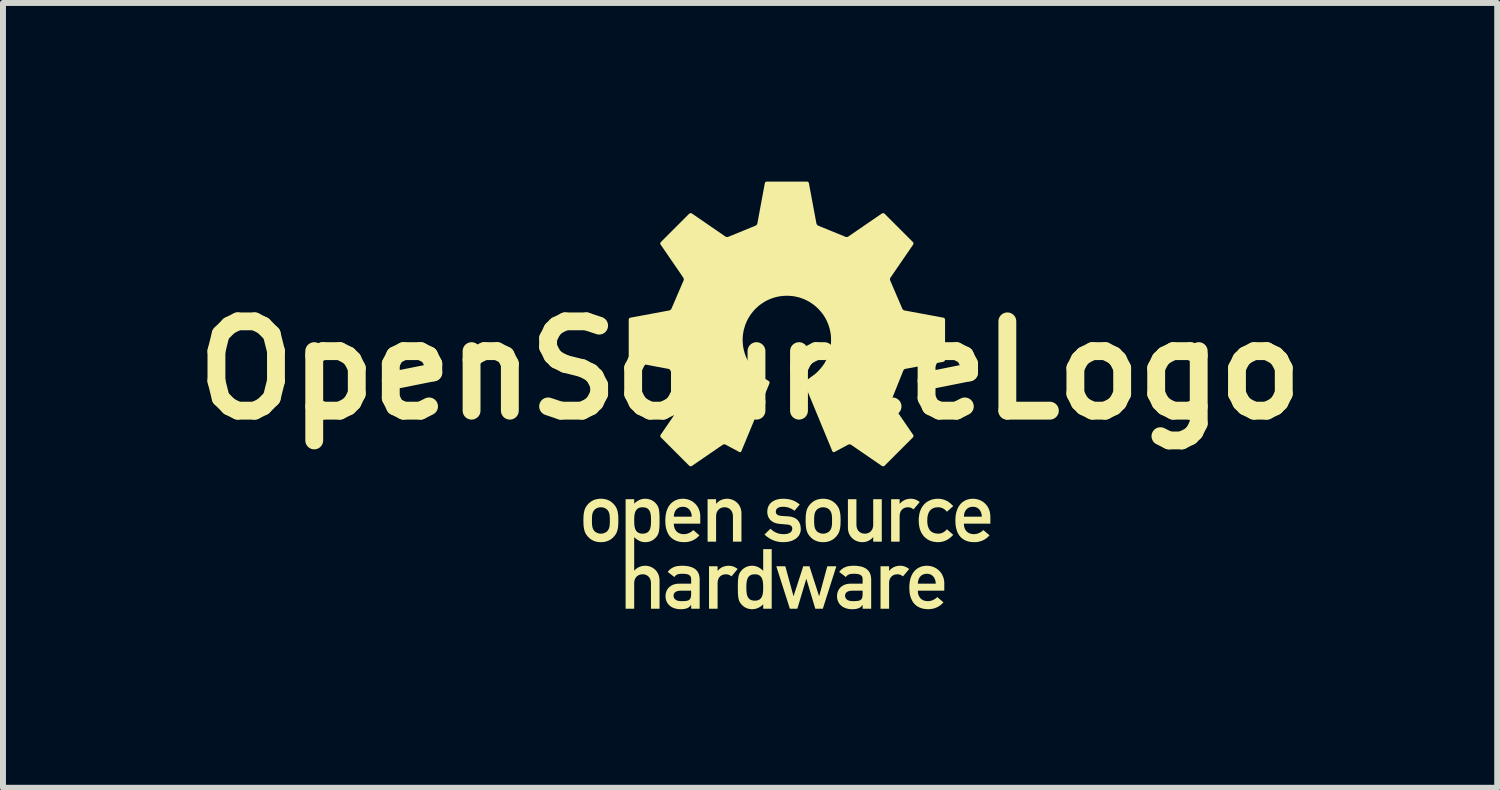
<source format=kicad_pcb>
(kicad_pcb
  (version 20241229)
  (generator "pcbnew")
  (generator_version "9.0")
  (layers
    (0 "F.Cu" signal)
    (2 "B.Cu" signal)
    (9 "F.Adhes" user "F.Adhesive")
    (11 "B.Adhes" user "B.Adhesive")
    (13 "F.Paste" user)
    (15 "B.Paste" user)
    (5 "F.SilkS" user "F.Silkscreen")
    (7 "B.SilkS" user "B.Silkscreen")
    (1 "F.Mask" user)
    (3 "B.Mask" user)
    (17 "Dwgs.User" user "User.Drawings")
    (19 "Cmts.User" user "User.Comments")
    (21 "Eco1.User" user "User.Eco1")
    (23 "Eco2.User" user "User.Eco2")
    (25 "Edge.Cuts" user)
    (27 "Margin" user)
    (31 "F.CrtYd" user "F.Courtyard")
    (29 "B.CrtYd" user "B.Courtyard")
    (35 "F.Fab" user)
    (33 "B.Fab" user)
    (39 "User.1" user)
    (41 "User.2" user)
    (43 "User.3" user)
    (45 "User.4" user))
  (footprint "OpenSourceLogo"
    (layer "F.Cu")
    (at 10.304 3.328)
    (property "Reference" "OpenSourceLogo" (at -0.754 -0.158 0) (layer "F.SilkS") (effects (font (size 1.5 1.5) (thickness 0.3))))
    (attr board_only exclude_from_pos_files exclude_from_bom)
    (fp_poly (pts (xy -0.026 3.633) (xy -0.023 3.633) (xy 0.139 3.134) (xy 0.243 3.134) (xy 0.404 3.633) (xy 0.407 3.633) (xy 0.543 3.134) (xy 0.695 3.134) (xy 0.468 3.847) (xy 0.341 3.847) (xy 0.192 3.348) (xy 0.189 3.348) (xy 0.04 3.847) (xy -0.086 3.847) (xy -0.314 3.134) (xy -0.162 3.134)) (stroke (width 0) (type solid)) (fill yes) (layer "F.SilkS"))
    (fp_poly (pts (xy -1.101 3.126) (xy -1.091 3.126) (xy -1.08 3.128) (xy -1.07 3.129) (xy -1.061 3.131) (xy -1.051 3.134) (xy -1.041 3.137) (xy -1.032 3.14) (xy -1.023 3.144) (xy -1.014 3.148) (xy -1.005 3.153) (xy -0.996 3.157) (xy -0.988 3.163) (xy -0.979 3.168) (xy -0.971 3.174) (xy -0.963 3.18) (xy -1.067 3.304) (xy -1.073 3.299) (xy -1.079 3.295) (xy -1.085 3.291) (xy -1.091 3.288) (xy -1.096 3.285) (xy -1.102 3.282) (xy -1.107 3.279) (xy -1.113 3.277) (xy -1.118 3.275) (xy -1.124 3.273) (xy -1.13 3.272) (xy -1.136 3.271) (xy -1.142 3.27) (xy -1.148 3.269) (xy -1.154 3.269) (xy -1.161 3.269) (xy -1.174 3.269) (xy -1.187 3.271) (xy -1.2 3.274) (xy -1.212 3.277) (xy -1.218 3.28) (xy -1.224 3.282) (xy -1.23 3.285) (xy -1.236 3.289) (xy -1.241 3.292) (xy -1.247 3.296) (xy -1.252 3.3) (xy -1.257 3.304) (xy -1.262 3.309) (xy -1.266 3.314) (xy -1.271 3.319) (xy -1.275 3.325) (xy -1.279 3.331) (xy -1.282 3.337) (xy -1.285 3.344) (xy -1.288 3.351) (xy -1.291 3.358) (xy -1.293 3.365) (xy -1.295 3.373) (xy -1.297 3.382) (xy -1.298 3.39) (xy -1.299 3.399) (xy -1.3 3.408) (xy -1.3 3.418) (xy -1.3 3.847) (xy -1.444 3.847) (xy -1.444 3.134) (xy -1.3 3.134) (xy -1.3 3.21) (xy -1.297 3.21) (xy -1.289 3.2) (xy -1.28 3.19) (xy -1.27 3.181) (xy -1.26 3.173) (xy -1.25 3.165) (xy -1.239 3.158) (xy -1.228 3.152) (xy -1.216 3.147) (xy -1.204 3.142) (xy -1.192 3.137) (xy -1.179 3.134) (xy -1.167 3.131) (xy -1.153 3.128) (xy -1.14 3.127) (xy -1.126 3.126) (xy -1.112 3.125)) (stroke (width 0) (type solid)) (fill yes) (layer "F.SilkS"))
    (fp_poly (pts (xy 1.78 3.126) (xy 1.79 3.126) (xy 1.8 3.128) (xy 1.81 3.129) (xy 1.82 3.131) (xy 1.83 3.134) (xy 1.839 3.137) (xy 1.849 3.14) (xy 1.858 3.144) (xy 1.867 3.148) (xy 1.876 3.153) (xy 1.884 3.157) (xy 1.893 3.163) (xy 1.901 3.168) (xy 1.91 3.174) (xy 1.918 3.18) (xy 1.814 3.304) (xy 1.808 3.299) (xy 1.802 3.295) (xy 1.796 3.291) (xy 1.79 3.288) (xy 1.785 3.285) (xy 1.779 3.282) (xy 1.774 3.279) (xy 1.768 3.277) (xy 1.762 3.275) (xy 1.757 3.273) (xy 1.751 3.272) (xy 1.745 3.271) (xy 1.739 3.27) (xy 1.733 3.269) (xy 1.727 3.269) (xy 1.72 3.269) (xy 1.707 3.269) (xy 1.694 3.271) (xy 1.681 3.274) (xy 1.668 3.277) (xy 1.662 3.28) (xy 1.656 3.282) (xy 1.651 3.285) (xy 1.645 3.289) (xy 1.639 3.292) (xy 1.634 3.296) (xy 1.629 3.3) (xy 1.624 3.304) (xy 1.619 3.309) (xy 1.615 3.314) (xy 1.61 3.319) (xy 1.606 3.325) (xy 1.602 3.331) (xy 1.599 3.337) (xy 1.596 3.344) (xy 1.593 3.351) (xy 1.59 3.358) (xy 1.587 3.365) (xy 1.585 3.373) (xy 1.584 3.382) (xy 1.582 3.39) (xy 1.581 3.399) (xy 1.581 3.408) (xy 1.581 3.418) (xy 1.581 3.847) (xy 1.437 3.847) (xy 1.437 3.134) (xy 1.581 3.134) (xy 1.581 3.21) (xy 1.584 3.21) (xy 1.592 3.2) (xy 1.601 3.19) (xy 1.611 3.181) (xy 1.621 3.173) (xy 1.631 3.165) (xy 1.642 3.158) (xy 1.653 3.152) (xy 1.665 3.147) (xy 1.677 3.142) (xy 1.689 3.137) (xy 1.701 3.134) (xy 1.714 3.131) (xy 1.728 3.128) (xy 1.741 3.127) (xy 1.755 3.126) (xy 1.769 3.125)) (stroke (width 0) (type solid)) (fill yes) (layer "F.SilkS"))
    (fp_poly (pts (xy 1.957 2) (xy 1.968 2.001) (xy 1.978 2.002) (xy 1.988 2.004) (xy 1.998 2.006) (xy 2.008 2.008) (xy 2.017 2.011) (xy 2.026 2.015) (xy 2.036 2.018) (xy 2.045 2.023) (xy 2.053 2.027) (xy 2.062 2.032) (xy 2.071 2.037) (xy 2.079 2.043) (xy 2.087 2.048) (xy 2.096 2.055) (xy 1.992 2.178) (xy 1.985 2.174) (xy 1.979 2.17) (xy 1.974 2.166) (xy 1.968 2.162) (xy 1.962 2.159) (xy 1.957 2.156) (xy 1.951 2.154) (xy 1.946 2.151) (xy 1.94 2.149) (xy 1.934 2.148) (xy 1.929 2.146) (xy 1.923 2.145) (xy 1.917 2.144) (xy 1.911 2.144) (xy 1.904 2.143) (xy 1.897 2.143) (xy 1.884 2.144) (xy 1.871 2.145) (xy 1.859 2.148) (xy 1.846 2.152) (xy 1.84 2.154) (xy 1.834 2.157) (xy 1.828 2.16) (xy 1.823 2.163) (xy 1.817 2.166) (xy 1.812 2.17) (xy 1.807 2.174) (xy 1.802 2.179) (xy 1.797 2.183) (xy 1.792 2.188) (xy 1.788 2.194) (xy 1.784 2.199) (xy 1.78 2.205) (xy 1.776 2.212) (xy 1.773 2.218) (xy 1.77 2.225) (xy 1.768 2.232) (xy 1.765 2.24) (xy 1.763 2.248) (xy 1.761 2.256) (xy 1.76 2.265) (xy 1.759 2.273) (xy 1.759 2.283) (xy 1.758 2.292) (xy 1.758 2.721) (xy 1.615 2.721) (xy 1.615 2.008) (xy 1.758 2.008) (xy 1.758 2.084) (xy 1.761 2.084) (xy 1.77 2.074) (xy 1.779 2.064) (xy 1.788 2.056) (xy 1.798 2.047) (xy 1.809 2.04) (xy 1.82 2.033) (xy 1.831 2.027) (xy 1.842 2.021) (xy 1.854 2.016) (xy 1.866 2.012) (xy 1.879 2.008) (xy 1.892 2.005) (xy 1.905 2.003) (xy 1.919 2.001) (xy 1.933 2) (xy 1.947 2)) (stroke (width 0) (type solid)) (fill yes) (layer "F.SilkS"))
    (fp_poly (pts (xy -1.126 2) (xy -1.116 2.001) (xy -1.095 2.004) (xy -1.074 2.009) (xy -1.053 2.016) (xy -1.042 2.02) (xy -1.032 2.025) (xy -1.022 2.03) (xy -1.013 2.036) (xy -1.003 2.042) (xy -0.994 2.048) (xy -0.985 2.055) (xy -0.976 2.063) (xy -0.968 2.071) (xy -0.96 2.079) (xy -0.952 2.088) (xy -0.945 2.098) (xy -0.938 2.108) (xy -0.932 2.118) (xy -0.926 2.129) (xy -0.921 2.14) (xy -0.916 2.152) (xy -0.912 2.164) (xy -0.908 2.177) (xy -0.905 2.19) (xy -0.902 2.204) (xy -0.901 2.218) (xy -0.9 2.232) (xy -0.899 2.247) (xy -0.899 2.721) (xy -1.042 2.721) (xy -1.042 2.297) (xy -1.043 2.288) (xy -1.043 2.279) (xy -1.044 2.27) (xy -1.045 2.262) (xy -1.047 2.254) (xy -1.049 2.246) (xy -1.051 2.239) (xy -1.053 2.232) (xy -1.056 2.225) (xy -1.059 2.218) (xy -1.062 2.212) (xy -1.066 2.205) (xy -1.07 2.2) (xy -1.074 2.194) (xy -1.078 2.189) (xy -1.083 2.184) (xy -1.088 2.179) (xy -1.093 2.174) (xy -1.098 2.17) (xy -1.103 2.166) (xy -1.109 2.163) (xy -1.115 2.159) (xy -1.121 2.156) (xy -1.127 2.154) (xy -1.134 2.151) (xy -1.14 2.149) (xy -1.147 2.147) (xy -1.154 2.146) (xy -1.161 2.145) (xy -1.168 2.144) (xy -1.176 2.143) (xy -1.183 2.143) (xy -1.191 2.143) (xy -1.198 2.144) (xy -1.205 2.145) (xy -1.213 2.146) (xy -1.22 2.147) (xy -1.226 2.149) (xy -1.233 2.151) (xy -1.24 2.154) (xy -1.246 2.156) (xy -1.252 2.159) (xy -1.258 2.163) (xy -1.264 2.166) (xy -1.269 2.17) (xy -1.275 2.174) (xy -1.28 2.179) (xy -1.285 2.184) (xy -1.289 2.189) (xy -1.294 2.194) (xy -1.298 2.2) (xy -1.302 2.205) (xy -1.305 2.212) (xy -1.309 2.218) (xy -1.312 2.225) (xy -1.314 2.232) (xy -1.317 2.239) (xy -1.319 2.246) (xy -1.321 2.254) (xy -1.322 2.262) (xy -1.323 2.27) (xy -1.324 2.279) (xy -1.325 2.288) (xy -1.325 2.297) (xy -1.325 2.721) (xy -1.468 2.721) (xy -1.468 2.008) (xy -1.325 2.008) (xy -1.325 2.084) (xy -1.322 2.084) (xy -1.314 2.074) (xy -1.304 2.064) (xy -1.295 2.056) (xy -1.285 2.047) (xy -1.275 2.04) (xy -1.264 2.033) (xy -1.253 2.027) (xy -1.241 2.021) (xy -1.229 2.016) (xy -1.217 2.012) (xy -1.204 2.008) (xy -1.191 2.005) (xy -1.178 2.003) (xy -1.165 2.001) (xy -1.151 2) (xy -1.137 2)) (stroke (width 0) (type solid)) (fill yes) (layer "F.SilkS"))
    (fp_poly (pts (xy 1.032 2.433) (xy 1.032 2.442) (xy 1.033 2.45) (xy 1.033 2.459) (xy 1.035 2.467) (xy 1.036 2.475) (xy 1.038 2.483) (xy 1.04 2.49) (xy 1.043 2.498) (xy 1.045 2.505) (xy 1.048 2.511) (xy 1.052 2.518) (xy 1.055 2.524) (xy 1.059 2.53) (xy 1.063 2.535) (xy 1.068 2.541) (xy 1.072 2.546) (xy 1.077 2.551) (xy 1.082 2.555) (xy 1.088 2.559) (xy 1.093 2.563) (xy 1.099 2.567) (xy 1.105 2.57) (xy 1.111 2.573) (xy 1.117 2.576) (xy 1.124 2.578) (xy 1.13 2.58) (xy 1.137 2.582) (xy 1.144 2.583) (xy 1.151 2.585) (xy 1.159 2.585) (xy 1.166 2.586) (xy 1.174 2.586) (xy 1.181 2.586) (xy 1.189 2.585) (xy 1.196 2.585) (xy 1.203 2.583) (xy 1.21 2.582) (xy 1.217 2.58) (xy 1.223 2.578) (xy 1.23 2.576) (xy 1.236 2.573) (xy 1.242 2.57) (xy 1.248 2.567) (xy 1.253 2.563) (xy 1.259 2.559) (xy 1.264 2.555) (xy 1.269 2.551) (xy 1.274 2.546) (xy 1.279 2.541) (xy 1.283 2.535) (xy 1.287 2.53) (xy 1.291 2.524) (xy 1.295 2.518) (xy 1.298 2.511) (xy 1.301 2.505) (xy 1.304 2.498) (xy 1.306 2.49) (xy 1.308 2.483) (xy 1.31 2.475) (xy 1.312 2.467) (xy 1.313 2.459) (xy 1.314 2.45) (xy 1.314 2.442) (xy 1.314 2.433) (xy 1.314 2.008) (xy 1.458 2.008) (xy 1.458 2.721) (xy 1.314 2.721) (xy 1.314 2.645) (xy 1.312 2.645) (xy 1.303 2.655) (xy 1.294 2.665) (xy 1.284 2.674) (xy 1.274 2.682) (xy 1.264 2.689) (xy 1.253 2.696) (xy 1.242 2.703) (xy 1.231 2.708) (xy 1.219 2.713) (xy 1.207 2.717) (xy 1.194 2.721) (xy 1.181 2.724) (xy 1.168 2.726) (xy 1.155 2.728) (xy 1.141 2.729) (xy 1.127 2.729) (xy 1.117 2.729) (xy 1.106 2.728) (xy 1.085 2.725) (xy 1.064 2.72) (xy 1.053 2.717) (xy 1.043 2.713) (xy 1.032 2.709) (xy 1.022 2.705) (xy 1.012 2.699) (xy 1.002 2.694) (xy 0.993 2.688) (xy 0.984 2.681) (xy 0.975 2.674) (xy 0.966 2.666) (xy 0.957 2.658) (xy 0.949 2.65) (xy 0.942 2.641) (xy 0.934 2.631) (xy 0.928 2.621) (xy 0.921 2.611) (xy 0.915 2.6) (xy 0.91 2.589) (xy 0.905 2.577) (xy 0.901 2.565) (xy 0.897 2.552) (xy 0.894 2.539) (xy 0.892 2.525) (xy 0.89 2.511) (xy 0.889 2.497) (xy 0.889 2.482) (xy 0.889 2.008) (xy 1.032 2.008)) (stroke (width 0) (type solid)) (fill yes) (layer "F.SilkS"))
    (fp_poly (pts (xy 2.412 2) (xy 2.422 2) (xy 2.432 2.001) (xy 2.441 2.002) (xy 2.46 2.005) (xy 2.479 2.009) (xy 2.497 2.014) (xy 2.514 2.02) (xy 2.531 2.027) (xy 2.547 2.035) (xy 2.563 2.043) (xy 2.578 2.053) (xy 2.593 2.063) (xy 2.607 2.074) (xy 2.62 2.086) (xy 2.633 2.098) (xy 2.646 2.11) (xy 2.658 2.124) (xy 2.552 2.218) (xy 2.545 2.21) (xy 2.538 2.202) (xy 2.531 2.195) (xy 2.523 2.188) (xy 2.515 2.181) (xy 2.507 2.175) (xy 2.498 2.169) (xy 2.489 2.164) (xy 2.48 2.159) (xy 2.47 2.155) (xy 2.46 2.152) (xy 2.45 2.149) (xy 2.44 2.146) (xy 2.429 2.145) (xy 2.418 2.144) (xy 2.408 2.143) (xy 2.386 2.144) (xy 2.366 2.146) (xy 2.356 2.148) (xy 2.347 2.15) (xy 2.338 2.153) (xy 2.329 2.156) (xy 2.321 2.159) (xy 2.313 2.163) (xy 2.305 2.168) (xy 2.298 2.172) (xy 2.29 2.178) (xy 2.284 2.183) (xy 2.277 2.189) (xy 2.271 2.196) (xy 2.265 2.203) (xy 2.26 2.21) (xy 2.255 2.218) (xy 2.25 2.226) (xy 2.246 2.235) (xy 2.241 2.245) (xy 2.238 2.254) (xy 2.235 2.265) (xy 2.232 2.276) (xy 2.229 2.287) (xy 2.227 2.299) (xy 2.225 2.311) (xy 2.223 2.337) (xy 2.222 2.365) (xy 2.222 2.38) (xy 2.223 2.393) (xy 2.224 2.406) (xy 2.225 2.419) (xy 2.227 2.431) (xy 2.229 2.443) (xy 2.232 2.454) (xy 2.235 2.465) (xy 2.238 2.475) (xy 2.242 2.485) (xy 2.246 2.494) (xy 2.25 2.503) (xy 2.255 2.511) (xy 2.26 2.519) (xy 2.265 2.527) (xy 2.271 2.534) (xy 2.277 2.54) (xy 2.284 2.546) (xy 2.29 2.552) (xy 2.298 2.557) (xy 2.305 2.562) (xy 2.313 2.566) (xy 2.321 2.57) (xy 2.329 2.573) (xy 2.338 2.576) (xy 2.347 2.579) (xy 2.356 2.581) (xy 2.366 2.583) (xy 2.376 2.584) (xy 2.386 2.585) (xy 2.397 2.586) (xy 2.408 2.586) (xy 2.413 2.586) (xy 2.418 2.586) (xy 2.424 2.585) (xy 2.429 2.585) (xy 2.44 2.583) (xy 2.45 2.581) (xy 2.46 2.578) (xy 2.47 2.574) (xy 2.48 2.57) (xy 2.489 2.565) (xy 2.498 2.56) (xy 2.507 2.554) (xy 2.515 2.548) (xy 2.523 2.542) (xy 2.531 2.535) (xy 2.538 2.527) (xy 2.545 2.52) (xy 2.552 2.512) (xy 2.658 2.606) (xy 2.646 2.619) (xy 2.633 2.632) (xy 2.62 2.644) (xy 2.607 2.655) (xy 2.593 2.666) (xy 2.578 2.676) (xy 2.563 2.686) (xy 2.547 2.694) (xy 2.531 2.702) (xy 2.514 2.709) (xy 2.497 2.715) (xy 2.479 2.72) (xy 2.46 2.724) (xy 2.441 2.727) (xy 2.422 2.729) (xy 2.402 2.729) (xy 2.371 2.728) (xy 2.341 2.724) (xy 2.311 2.718) (xy 2.282 2.709) (xy 2.268 2.704) (xy 2.254 2.697) (xy 2.241 2.69) (xy 2.227 2.683) (xy 2.215 2.674) (xy 2.202 2.665) (xy 2.19 2.655) (xy 2.179 2.645) (xy 2.168 2.634) (xy 2.157 2.621) (xy 2.147 2.608) (xy 2.138 2.595) (xy 2.129 2.58) (xy 2.12 2.565) (xy 2.113 2.549) (xy 2.106 2.532) (xy 2.1 2.514) (xy 2.094 2.495) (xy 2.09 2.476) (xy 2.086 2.456) (xy 2.083 2.434) (xy 2.08 2.412) (xy 2.079 2.389) (xy 2.079 2.365) (xy 2.079 2.341) (xy 2.08 2.318) (xy 2.083 2.296) (xy 2.086 2.275) (xy 2.09 2.254) (xy 2.094 2.234) (xy 2.1 2.216) (xy 2.106 2.198) (xy 2.113 2.181) (xy 2.12 2.165) (xy 2.129 2.149) (xy 2.138 2.135) (xy 2.147 2.121) (xy 2.157 2.108) (xy 2.168 2.096) (xy 2.179 2.085) (xy 2.19 2.074) (xy 2.202 2.064) (xy 2.215 2.055) (xy 2.227 2.047) (xy 2.241 2.039) (xy 2.254 2.032) (xy 2.268 2.026) (xy 2.282 2.02) (xy 2.296 2.015) (xy 2.311 2.011) (xy 2.326 2.008) (xy 2.341 2.005) (xy 2.356 2.003) (xy 2.371 2.001) (xy 2.402 2)) (stroke (width 0) (type solid)) (fill yes) (layer "F.SilkS"))
    (fp_poly (pts (xy -0.391 3.847) (xy -0.534 3.847) (xy -0.534 3.772) (xy -0.543 3.781) (xy -0.552 3.79) (xy -0.561 3.798) (xy -0.571 3.806) (xy -0.582 3.813) (xy -0.593 3.82) (xy -0.604 3.826) (xy -0.616 3.832) (xy -0.627 3.837) (xy -0.64 3.842) (xy -0.652 3.846) (xy -0.665 3.849) (xy -0.678 3.852) (xy -0.691 3.853) (xy -0.705 3.855) (xy -0.718 3.855) (xy -0.726 3.855) (xy -0.734 3.855) (xy -0.742 3.854) (xy -0.75 3.853) (xy -0.757 3.852) (xy -0.765 3.851) (xy -0.772 3.85) (xy -0.779 3.848) (xy -0.786 3.846) (xy -0.793 3.844) (xy -0.8 3.842) (xy -0.806 3.84) (xy -0.813 3.837) (xy -0.819 3.834) (xy -0.831 3.829) (xy -0.843 3.822) (xy -0.854 3.815) (xy -0.864 3.807) (xy -0.875 3.799) (xy -0.884 3.791) (xy -0.893 3.782) (xy -0.901 3.772) (xy -0.909 3.762) (xy -0.916 3.753) (xy -0.923 3.743) (xy -0.929 3.733) (xy -0.934 3.723) (xy -0.938 3.712) (xy -0.943 3.7) (xy -0.946 3.687) (xy -0.949 3.673) (xy -0.952 3.657) (xy -0.954 3.64) (xy -0.956 3.62) (xy -0.958 3.599) (xy -0.959 3.55) (xy -0.96 3.49) (xy -0.817 3.49) (xy -0.816 3.51) (xy -0.816 3.531) (xy -0.815 3.551) (xy -0.813 3.571) (xy -0.811 3.59) (xy -0.809 3.6) (xy -0.807 3.609) (xy -0.805 3.617) (xy -0.802 3.626) (xy -0.799 3.634) (xy -0.796 3.642) (xy -0.792 3.65) (xy -0.788 3.657) (xy -0.784 3.664) (xy -0.779 3.671) (xy -0.773 3.677) (xy -0.767 3.682) (xy -0.761 3.688) (xy -0.754 3.693) (xy -0.746 3.697) (xy -0.738 3.701) (xy -0.729 3.704) (xy -0.719 3.707) (xy -0.709 3.709) (xy -0.698 3.71) (xy -0.687 3.711) (xy -0.675 3.712) (xy -0.662 3.711) (xy -0.651 3.71) (xy -0.64 3.709) (xy -0.63 3.706) (xy -0.621 3.703) (xy -0.612 3.7) (xy -0.604 3.696) (xy -0.596 3.692) (xy -0.589 3.687) (xy -0.583 3.681) (xy -0.577 3.675) (xy -0.571 3.669) (xy -0.566 3.662) (xy -0.562 3.655) (xy -0.558 3.647) (xy -0.554 3.64) (xy -0.551 3.631) (xy -0.548 3.623) (xy -0.543 3.606) (xy -0.54 3.587) (xy -0.537 3.568) (xy -0.536 3.549) (xy -0.535 3.529) (xy -0.534 3.49) (xy -0.534 3.47) (xy -0.535 3.451) (xy -0.536 3.431) (xy -0.537 3.412) (xy -0.54 3.393) (xy -0.541 3.384) (xy -0.543 3.375) (xy -0.546 3.366) (xy -0.548 3.357) (xy -0.551 3.349) (xy -0.554 3.341) (xy -0.558 3.333) (xy -0.562 3.325) (xy -0.566 3.318) (xy -0.571 3.312) (xy -0.577 3.305) (xy -0.583 3.299) (xy -0.589 3.294) (xy -0.596 3.289) (xy -0.604 3.284) (xy -0.612 3.28) (xy -0.621 3.277) (xy -0.63 3.274) (xy -0.64 3.272) (xy -0.651 3.27) (xy -0.662 3.269) (xy -0.675 3.269) (xy -0.687 3.269) (xy -0.698 3.27) (xy -0.709 3.272) (xy -0.719 3.274) (xy -0.729 3.276) (xy -0.738 3.28) (xy -0.746 3.284) (xy -0.754 3.288) (xy -0.761 3.293) (xy -0.767 3.298) (xy -0.773 3.304) (xy -0.779 3.31) (xy -0.784 3.316) (xy -0.788 3.323) (xy -0.792 3.33) (xy -0.796 3.338) (xy -0.799 3.346) (xy -0.802 3.354) (xy -0.807 3.372) (xy -0.811 3.39) (xy -0.813 3.409) (xy -0.815 3.428) (xy -0.816 3.449) (xy -0.817 3.49) (xy -0.96 3.49) (xy -0.96 3.458) (xy -0.959 3.43) (xy -0.959 3.404) (xy -0.958 3.381) (xy -0.956 3.36) (xy -0.954 3.34) (xy -0.952 3.323) (xy -0.949 3.307) (xy -0.946 3.293) (xy -0.944 3.287) (xy -0.943 3.28) (xy -0.941 3.274) (xy -0.938 3.268) (xy -0.936 3.263) (xy -0.934 3.257) (xy -0.929 3.247) (xy -0.923 3.237) (xy -0.916 3.228) (xy -0.909 3.218) (xy -0.901 3.208) (xy -0.893 3.199) (xy -0.884 3.19) (xy -0.875 3.181) (xy -0.864 3.173) (xy -0.854 3.165) (xy -0.843 3.158) (xy -0.831 3.152) (xy -0.819 3.146) (xy -0.806 3.141) (xy -0.793 3.136) (xy -0.779 3.132) (xy -0.765 3.129) (xy -0.75 3.127) (xy -0.734 3.126) (xy -0.718 3.125) (xy -0.705 3.126) (xy -0.691 3.127) (xy -0.679 3.129) (xy -0.666 3.132) (xy -0.654 3.135) (xy -0.642 3.139) (xy -0.63 3.143) (xy -0.619 3.149) (xy -0.607 3.154) (xy -0.596 3.161) (xy -0.586 3.168) (xy -0.575 3.175) (xy -0.565 3.183) (xy -0.554 3.192) (xy -0.544 3.201) (xy -0.534 3.21) (xy -0.534 2.846) (xy -0.391 2.846)) (stroke (width 0) (type solid)) (fill yes) (layer "F.SilkS"))
    (fp_poly (pts (xy -1.87 2) (xy -1.855 2.001) (xy -1.841 2.003) (xy -1.827 2.005) (xy -1.813 2.008) (xy -1.799 2.012) (xy -1.785 2.016) (xy -1.772 2.021) (xy -1.759 2.026) (xy -1.747 2.033) (xy -1.734 2.039) (xy -1.722 2.046) (xy -1.711 2.054) (xy -1.7 2.063) (xy -1.689 2.072) (xy -1.679 2.081) (xy -1.669 2.091) (xy -1.659 2.102) (xy -1.651 2.113) (xy -1.642 2.125) (xy -1.634 2.137) (xy -1.627 2.149) (xy -1.621 2.162) (xy -1.615 2.176) (xy -1.609 2.19) (xy -1.604 2.205) (xy -1.6 2.219) (xy -1.597 2.235) (xy -1.594 2.251) (xy -1.592 2.267) (xy -1.591 2.284) (xy -1.591 2.301) (xy -1.591 2.419) (xy -2.035 2.419) (xy -2.035 2.43) (xy -2.034 2.44) (xy -2.033 2.45) (xy -2.032 2.46) (xy -2.03 2.469) (xy -2.028 2.478) (xy -2.025 2.487) (xy -2.022 2.495) (xy -2.019 2.504) (xy -2.015 2.511) (xy -2.011 2.519) (xy -2.007 2.526) (xy -2.002 2.532) (xy -1.997 2.539) (xy -1.992 2.545) (xy -1.987 2.55) (xy -1.981 2.556) (xy -1.975 2.561) (xy -1.968 2.565) (xy -1.962 2.57) (xy -1.955 2.574) (xy -1.948 2.577) (xy -1.94 2.581) (xy -1.933 2.583) (xy -1.925 2.586) (xy -1.917 2.588) (xy -1.909 2.59) (xy -1.9 2.592) (xy -1.892 2.593) (xy -1.883 2.594) (xy -1.874 2.594) (xy -1.865 2.594) (xy -1.854 2.594) (xy -1.844 2.593) (xy -1.834 2.592) (xy -1.823 2.59) (xy -1.813 2.587) (xy -1.802 2.584) (xy -1.792 2.581) (xy -1.782 2.576) (xy -1.772 2.572) (xy -1.762 2.567) (xy -1.753 2.561) (xy -1.743 2.555) (xy -1.734 2.548) (xy -1.725 2.541) (xy -1.717 2.534) (xy -1.709 2.526) (xy -1.605 2.614) (xy -1.618 2.629) (xy -1.632 2.642) (xy -1.646 2.655) (xy -1.661 2.667) (xy -1.676 2.677) (xy -1.692 2.686) (xy -1.708 2.695) (xy -1.724 2.702) (xy -1.74 2.709) (xy -1.757 2.714) (xy -1.774 2.719) (xy -1.791 2.723) (xy -1.809 2.726) (xy -1.826 2.728) (xy -1.844 2.729) (xy -1.862 2.729) (xy -1.89 2.728) (xy -1.918 2.726) (xy -1.945 2.721) (xy -1.973 2.714) (xy -2 2.704) (xy -2.013 2.698) (xy -2.026 2.692) (xy -2.039 2.684) (xy -2.051 2.676) (xy -2.063 2.667) (xy -2.075 2.658) (xy -2.086 2.647) (xy -2.097 2.636) (xy -2.107 2.623) (xy -2.117 2.61) (xy -2.126 2.596) (xy -2.134 2.58) (xy -2.142 2.564) (xy -2.149 2.547) (xy -2.156 2.528) (xy -2.162 2.509) (xy -2.167 2.488) (xy -2.171 2.466) (xy -2.174 2.443) (xy -2.176 2.419) (xy -2.178 2.393) (xy -2.178 2.367) (xy -2.178 2.341) (xy -2.176 2.317) (xy -2.175 2.301) (xy -2.035 2.301) (xy -1.734 2.301) (xy -1.735 2.291) (xy -1.736 2.281) (xy -1.737 2.272) (xy -1.738 2.263) (xy -1.74 2.254) (xy -1.742 2.245) (xy -1.745 2.237) (xy -1.748 2.229) (xy -1.751 2.222) (xy -1.754 2.214) (xy -1.757 2.207) (xy -1.761 2.201) (xy -1.765 2.194) (xy -1.77 2.188) (xy -1.774 2.183) (xy -1.779 2.177) (xy -1.784 2.172) (xy -1.79 2.167) (xy -1.795 2.163) (xy -1.801 2.159) (xy -1.807 2.155) (xy -1.813 2.151) (xy -1.819 2.148) (xy -1.826 2.146) (xy -1.833 2.143) (xy -1.84 2.141) (xy -1.847 2.139) (xy -1.854 2.138) (xy -1.861 2.136) (xy -1.869 2.136) (xy -1.877 2.135) (xy -1.884 2.135) (xy -1.892 2.135) (xy -1.9 2.136) (xy -1.908 2.136) (xy -1.915 2.138) (xy -1.922 2.139) (xy -1.929 2.141) (xy -1.936 2.143) (xy -1.943 2.146) (xy -1.95 2.148) (xy -1.956 2.151) (xy -1.962 2.155) (xy -1.968 2.159) (xy -1.974 2.163) (xy -1.98 2.167) (xy -1.985 2.172) (xy -1.99 2.177) (xy -1.995 2.183) (xy -2 2.188) (xy -2.004 2.194) (xy -2.008 2.201) (xy -2.012 2.207) (xy -2.016 2.214) (xy -2.019 2.222) (xy -2.022 2.229) (xy -2.025 2.237) (xy -2.027 2.245) (xy -2.029 2.254) (xy -2.031 2.263) (xy -2.033 2.272) (xy -2.034 2.281) (xy -2.034 2.291) (xy -2.035 2.301) (xy -2.175 2.301) (xy -2.174 2.294) (xy -2.171 2.271) (xy -2.167 2.25) (xy -2.163 2.23) (xy -2.158 2.211) (xy -2.152 2.193) (xy -2.145 2.175) (xy -2.138 2.159) (xy -2.13 2.144) (xy -2.122 2.129) (xy -2.113 2.115) (xy -2.103 2.103) (xy -2.093 2.091) (xy -2.083 2.079) (xy -2.072 2.069) (xy -2.061 2.06) (xy -2.05 2.051) (xy -2.038 2.043) (xy -2.026 2.036) (xy -2.014 2.029) (xy -2.001 2.023) (xy -1.989 2.018) (xy -1.976 2.014) (xy -1.963 2.01) (xy -1.95 2.007) (xy -1.937 2.004) (xy -1.91 2.001) (xy -1.884 2)) (stroke (width 0) (type solid)) (fill yes) (layer "F.SilkS"))
    (fp_poly (pts (xy 2.229 3.126) (xy 2.244 3.127) (xy 2.258 3.128) (xy 2.272 3.131) (xy 2.286 3.134) (xy 2.3 3.137) (xy 2.314 3.142) (xy 2.327 3.147) (xy 2.34 3.152) (xy 2.352 3.158) (xy 2.365 3.165) (xy 2.377 3.172) (xy 2.388 3.18) (xy 2.399 3.188) (xy 2.41 3.197) (xy 2.42 3.207) (xy 2.43 3.217) (xy 2.44 3.227) (xy 2.448 3.239) (xy 2.457 3.25) (xy 2.465 3.262) (xy 2.472 3.275) (xy 2.478 3.288) (xy 2.484 3.302) (xy 2.49 3.316) (xy 2.495 3.33) (xy 2.499 3.345) (xy 2.502 3.36) (xy 2.505 3.376) (xy 2.507 3.392) (xy 2.508 3.409) (xy 2.508 3.426) (xy 2.508 3.544) (xy 2.064 3.544) (xy 2.064 3.555) (xy 2.065 3.566) (xy 2.066 3.576) (xy 2.067 3.585) (xy 2.069 3.595) (xy 2.071 3.604) (xy 2.074 3.613) (xy 2.077 3.621) (xy 2.08 3.629) (xy 2.084 3.637) (xy 2.088 3.644) (xy 2.092 3.651) (xy 2.097 3.658) (xy 2.101 3.664) (xy 2.107 3.67) (xy 2.112 3.676) (xy 2.118 3.681) (xy 2.124 3.686) (xy 2.13 3.691) (xy 2.137 3.695) (xy 2.144 3.699) (xy 2.151 3.703) (xy 2.158 3.706) (xy 2.166 3.709) (xy 2.174 3.712) (xy 2.182 3.714) (xy 2.19 3.716) (xy 2.199 3.717) (xy 2.207 3.718) (xy 2.216 3.719) (xy 2.225 3.72) (xy 2.234 3.72) (xy 2.244 3.72) (xy 2.255 3.719) (xy 2.265 3.717) (xy 2.276 3.715) (xy 2.286 3.713) (xy 2.296 3.71) (xy 2.307 3.706) (xy 2.317 3.702) (xy 2.327 3.697) (xy 2.337 3.692) (xy 2.346 3.686) (xy 2.356 3.68) (xy 2.365 3.674) (xy 2.374 3.667) (xy 2.382 3.659) (xy 2.39 3.651) (xy 2.494 3.74) (xy 2.481 3.754) (xy 2.467 3.768) (xy 2.452 3.781) (xy 2.438 3.792) (xy 2.423 3.803) (xy 2.407 3.812) (xy 2.391 3.82) (xy 2.375 3.828) (xy 2.359 3.834) (xy 2.342 3.84) (xy 2.325 3.845) (xy 2.308 3.848) (xy 2.29 3.851) (xy 2.273 3.853) (xy 2.255 3.855) (xy 2.237 3.855) (xy 2.209 3.854) (xy 2.181 3.851) (xy 2.153 3.847) (xy 2.126 3.839) (xy 2.099 3.83) (xy 2.086 3.824) (xy 2.073 3.817) (xy 2.06 3.81) (xy 2.048 3.802) (xy 2.036 3.793) (xy 2.024 3.783) (xy 2.013 3.773) (xy 2.002 3.761) (xy 1.992 3.749) (xy 1.982 3.735) (xy 1.973 3.721) (xy 1.965 3.706) (xy 1.957 3.69) (xy 1.95 3.672) (xy 1.943 3.654) (xy 1.937 3.634) (xy 1.932 3.614) (xy 1.928 3.592) (xy 1.925 3.569) (xy 1.923 3.544) (xy 1.921 3.519) (xy 1.921 3.492) (xy 1.921 3.467) (xy 1.922 3.442) (xy 1.924 3.426) (xy 2.064 3.426) (xy 2.365 3.426) (xy 2.364 3.416) (xy 2.363 3.407) (xy 2.362 3.397) (xy 2.361 3.388) (xy 2.359 3.379) (xy 2.357 3.371) (xy 2.354 3.363) (xy 2.351 3.355) (xy 2.348 3.347) (xy 2.345 3.34) (xy 2.342 3.333) (xy 2.338 3.326) (xy 2.334 3.32) (xy 2.329 3.314) (xy 2.325 3.308) (xy 2.32 3.303) (xy 2.315 3.298) (xy 2.309 3.293) (xy 2.304 3.288) (xy 2.298 3.284) (xy 2.292 3.28) (xy 2.286 3.277) (xy 2.28 3.274) (xy 2.273 3.271) (xy 2.266 3.269) (xy 2.259 3.266) (xy 2.252 3.265) (xy 2.245 3.263) (xy 2.238 3.262) (xy 2.23 3.261) (xy 2.222 3.261) (xy 2.214 3.26) (xy 2.207 3.261) (xy 2.199 3.261) (xy 2.191 3.262) (xy 2.184 3.263) (xy 2.177 3.265) (xy 2.169 3.266) (xy 2.163 3.269) (xy 2.156 3.271) (xy 2.149 3.274) (xy 2.143 3.277) (xy 2.137 3.28) (xy 2.131 3.284) (xy 2.125 3.288) (xy 2.119 3.293) (xy 2.114 3.298) (xy 2.109 3.303) (xy 2.104 3.308) (xy 2.099 3.314) (xy 2.095 3.32) (xy 2.091 3.326) (xy 2.087 3.333) (xy 2.083 3.34) (xy 2.08 3.347) (xy 2.077 3.355) (xy 2.074 3.363) (xy 2.072 3.371) (xy 2.07 3.379) (xy 2.068 3.388) (xy 2.066 3.397) (xy 2.065 3.407) (xy 2.065 3.416) (xy 2.064 3.426) (xy 1.924 3.426) (xy 1.925 3.419) (xy 1.928 3.397) (xy 1.931 3.376) (xy 1.936 3.356) (xy 1.941 3.336) (xy 1.947 3.318) (xy 1.954 3.301) (xy 1.961 3.284) (xy 1.969 3.269) (xy 1.977 3.255) (xy 1.986 3.241) (xy 1.996 3.228) (xy 2.006 3.216) (xy 2.016 3.205) (xy 2.027 3.195) (xy 2.038 3.185) (xy 2.049 3.176) (xy 2.061 3.168) (xy 2.073 3.161) (xy 2.085 3.155) (xy 2.098 3.149) (xy 2.11 3.144) (xy 2.123 3.139) (xy 2.136 3.136) (xy 2.149 3.132) (xy 2.162 3.13) (xy 2.188 3.127) (xy 2.214 3.125)) (stroke (width 0) (type solid)) (fill yes) (layer "F.SilkS"))
    (fp_poly (pts (xy 3.003 2) (xy 3.017 2.001) (xy 3.031 2.003) (xy 3.046 2.005) (xy 3.06 2.008) (xy 3.073 2.012) (xy 3.087 2.016) (xy 3.1 2.021) (xy 3.113 2.026) (xy 3.126 2.033) (xy 3.138 2.039) (xy 3.15 2.046) (xy 3.162 2.054) (xy 3.173 2.063) (xy 3.183 2.072) (xy 3.194 2.081) (xy 3.204 2.091) (xy 3.213 2.102) (xy 3.222 2.113) (xy 3.23 2.125) (xy 3.238 2.137) (xy 3.245 2.149) (xy 3.252 2.162) (xy 3.258 2.176) (xy 3.263 2.19) (xy 3.268 2.205) (xy 3.272 2.219) (xy 3.275 2.235) (xy 3.278 2.251) (xy 3.28 2.267) (xy 3.281 2.284) (xy 3.282 2.301) (xy 3.282 2.419) (xy 2.838 2.419) (xy 2.838 2.43) (xy 2.838 2.44) (xy 2.839 2.45) (xy 2.841 2.46) (xy 2.843 2.469) (xy 2.845 2.478) (xy 2.847 2.487) (xy 2.85 2.495) (xy 2.854 2.504) (xy 2.857 2.511) (xy 2.861 2.519) (xy 2.865 2.526) (xy 2.87 2.532) (xy 2.875 2.539) (xy 2.88 2.545) (xy 2.886 2.55) (xy 2.891 2.556) (xy 2.898 2.561) (xy 2.904 2.565) (xy 2.911 2.57) (xy 2.917 2.574) (xy 2.925 2.577) (xy 2.932 2.581) (xy 2.939 2.583) (xy 2.947 2.586) (xy 2.955 2.588) (xy 2.964 2.59) (xy 2.972 2.592) (xy 2.981 2.593) (xy 2.989 2.594) (xy 2.998 2.594) (xy 3.008 2.594) (xy 3.018 2.594) (xy 3.028 2.593) (xy 3.039 2.592) (xy 3.049 2.59) (xy 3.06 2.587) (xy 3.07 2.584) (xy 3.08 2.581) (xy 3.09 2.576) (xy 3.1 2.572) (xy 3.11 2.567) (xy 3.12 2.561) (xy 3.129 2.555) (xy 3.138 2.548) (xy 3.147 2.541) (xy 3.155 2.534) (xy 3.164 2.526) (xy 3.268 2.614) (xy 3.254 2.629) (xy 3.24 2.642) (xy 3.226 2.655) (xy 3.211 2.667) (xy 3.196 2.677) (xy 3.181 2.686) (xy 3.165 2.695) (xy 3.148 2.702) (xy 3.132 2.709) (xy 3.115 2.714) (xy 3.098 2.719) (xy 3.081 2.723) (xy 3.064 2.726) (xy 3.046 2.728) (xy 3.028 2.729) (xy 3.01 2.729) (xy 2.983 2.728) (xy 2.955 2.726) (xy 2.927 2.721) (xy 2.899 2.714) (xy 2.872 2.704) (xy 2.859 2.698) (xy 2.846 2.692) (xy 2.833 2.684) (xy 2.821 2.676) (xy 2.809 2.667) (xy 2.797 2.658) (xy 2.786 2.647) (xy 2.776 2.636) (xy 2.765 2.623) (xy 2.756 2.61) (xy 2.747 2.596) (xy 2.738 2.58) (xy 2.73 2.564) (xy 2.723 2.547) (xy 2.717 2.528) (xy 2.711 2.509) (xy 2.706 2.488) (xy 2.702 2.466) (xy 2.698 2.443) (xy 2.696 2.419) (xy 2.695 2.393) (xy 2.694 2.367) (xy 2.695 2.341) (xy 2.696 2.317) (xy 2.697 2.301) (xy 2.838 2.301) (xy 3.138 2.301) (xy 3.138 2.291) (xy 3.137 2.281) (xy 3.136 2.272) (xy 3.134 2.263) (xy 3.132 2.254) (xy 3.13 2.245) (xy 3.128 2.237) (xy 3.125 2.229) (xy 3.122 2.222) (xy 3.118 2.214) (xy 3.115 2.207) (xy 3.111 2.201) (xy 3.107 2.194) (xy 3.103 2.188) (xy 3.098 2.183) (xy 3.093 2.177) (xy 3.088 2.172) (xy 3.083 2.167) (xy 3.077 2.163) (xy 3.071 2.159) (xy 3.065 2.155) (xy 3.059 2.151) (xy 3.053 2.148) (xy 3.046 2.146) (xy 3.04 2.143) (xy 3.033 2.141) (xy 3.026 2.139) (xy 3.018 2.138) (xy 3.011 2.136) (xy 3.003 2.136) (xy 2.996 2.135) (xy 2.988 2.135) (xy 2.98 2.135) (xy 2.972 2.136) (xy 2.965 2.136) (xy 2.957 2.138) (xy 2.95 2.139) (xy 2.943 2.141) (xy 2.936 2.143) (xy 2.929 2.146) (xy 2.923 2.148) (xy 2.916 2.151) (xy 2.91 2.155) (xy 2.904 2.159) (xy 2.898 2.163) (xy 2.893 2.167) (xy 2.887 2.172) (xy 2.882 2.177) (xy 2.877 2.183) (xy 2.873 2.188) (xy 2.868 2.194) (xy 2.864 2.201) (xy 2.86 2.207) (xy 2.857 2.214) (xy 2.853 2.222) (xy 2.85 2.229) (xy 2.848 2.237) (xy 2.845 2.245) (xy 2.843 2.254) (xy 2.841 2.263) (xy 2.84 2.272) (xy 2.839 2.281) (xy 2.838 2.291) (xy 2.838 2.301) (xy 2.697 2.301) (xy 2.698 2.294) (xy 2.701 2.271) (xy 2.705 2.25) (xy 2.709 2.23) (xy 2.715 2.211) (xy 2.721 2.193) (xy 2.727 2.175) (xy 2.734 2.159) (xy 2.742 2.144) (xy 2.751 2.129) (xy 2.76 2.115) (xy 2.769 2.103) (xy 2.779 2.091) (xy 2.789 2.079) (xy 2.8 2.069) (xy 2.811 2.06) (xy 2.823 2.051) (xy 2.834 2.043) (xy 2.846 2.036) (xy 2.859 2.029) (xy 2.871 2.023) (xy 2.884 2.018) (xy 2.897 2.014) (xy 2.91 2.01) (xy 2.923 2.007) (xy 2.936 2.004) (xy 2.962 2.001) (xy 2.988 2)) (stroke (width 0) (type solid)) (fill yes) (layer "F.SilkS"))
    (fp_poly (pts (xy -1.865 3.126) (xy -1.834 3.128) (xy -1.805 3.132) (xy -1.791 3.135) (xy -1.777 3.137) (xy -1.764 3.141) (xy -1.751 3.145) (xy -1.739 3.149) (xy -1.727 3.153) (xy -1.715 3.159) (xy -1.704 3.164) (xy -1.693 3.17) (xy -1.683 3.177) (xy -1.674 3.184) (xy -1.665 3.192) (xy -1.656 3.2) (xy -1.649 3.209) (xy -1.641 3.218) (xy -1.634 3.228) (xy -1.628 3.238) (xy -1.623 3.249) (xy -1.618 3.261) (xy -1.613 3.273) (xy -1.61 3.286) (xy -1.607 3.3) (xy -1.604 3.314) (xy -1.602 3.329) (xy -1.601 3.344) (xy -1.601 3.36) (xy -1.601 3.847) (xy -1.744 3.847) (xy -1.744 3.783) (xy -1.747 3.783) (xy -1.753 3.792) (xy -1.759 3.8) (xy -1.766 3.808) (xy -1.773 3.815) (xy -1.782 3.822) (xy -1.79 3.828) (xy -1.8 3.833) (xy -1.81 3.838) (xy -1.821 3.842) (xy -1.832 3.845) (xy -1.845 3.848) (xy -1.859 3.851) (xy -1.873 3.853) (xy -1.889 3.854) (xy -1.905 3.855) (xy -1.923 3.855) (xy -1.938 3.855) (xy -1.952 3.854) (xy -1.966 3.853) (xy -1.979 3.851) (xy -1.992 3.848) (xy -2.005 3.845) (xy -2.017 3.842) (xy -2.029 3.838) (xy -2.041 3.834) (xy -2.052 3.829) (xy -2.062 3.824) (xy -2.072 3.819) (xy -2.082 3.813) (xy -2.091 3.806) (xy -2.1 3.8) (xy -2.108 3.792) (xy -2.116 3.785) (xy -2.123 3.777) (xy -2.13 3.769) (xy -2.137 3.76) (xy -2.143 3.752) (xy -2.148 3.742) (xy -2.153 3.733) (xy -2.158 3.723) (xy -2.161 3.713) (xy -2.165 3.703) (xy -2.168 3.693) (xy -2.17 3.682) (xy -2.172 3.671) (xy -2.173 3.66) (xy -2.174 3.649) (xy -2.175 3.637) (xy -2.174 3.63) (xy -2.04 3.63) (xy -2.039 3.639) (xy -2.038 3.648) (xy -2.035 3.656) (xy -2.032 3.664) (xy -2.03 3.668) (xy -2.028 3.672) (xy -2.025 3.676) (xy -2.022 3.68) (xy -2.019 3.683) (xy -2.016 3.686) (xy -2.012 3.69) (xy -2.008 3.693) (xy -2.004 3.696) (xy -2 3.699) (xy -1.995 3.702) (xy -1.99 3.704) (xy -1.985 3.707) (xy -1.979 3.709) (xy -1.973 3.711) (xy -1.967 3.713) (xy -1.953 3.716) (xy -1.938 3.718) (xy -1.922 3.72) (xy -1.905 3.72) (xy -1.883 3.72) (xy -1.863 3.719) (xy -1.845 3.718) (xy -1.829 3.716) (xy -1.822 3.715) (xy -1.815 3.714) (xy -1.808 3.712) (xy -1.801 3.71) (xy -1.795 3.708) (xy -1.79 3.706) (xy -1.785 3.703) (xy -1.78 3.7) (xy -1.775 3.696) (xy -1.771 3.693) (xy -1.767 3.689) (xy -1.764 3.684) (xy -1.76 3.679) (xy -1.758 3.674) (xy -1.755 3.669) (xy -1.753 3.662) (xy -1.751 3.656) (xy -1.749 3.649) (xy -1.748 3.641) (xy -1.746 3.634) (xy -1.746 3.625) (xy -1.745 3.616) (xy -1.745 3.606) (xy -1.744 3.596) (xy -1.744 3.544) (xy -1.916 3.544) (xy -1.924 3.544) (xy -1.931 3.545) (xy -1.938 3.545) (xy -1.945 3.546) (xy -1.952 3.547) (xy -1.959 3.548) (xy -1.965 3.549) (xy -1.971 3.55) (xy -1.976 3.552) (xy -1.982 3.554) (xy -1.987 3.556) (xy -1.992 3.558) (xy -1.997 3.56) (xy -2.001 3.562) (xy -2.005 3.565) (xy -2.009 3.568) (xy -2.013 3.571) (xy -2.017 3.574) (xy -2.02 3.577) (xy -2.023 3.58) (xy -2.025 3.584) (xy -2.028 3.587) (xy -2.03 3.591) (xy -2.032 3.595) (xy -2.034 3.599) (xy -2.035 3.603) (xy -2.037 3.607) (xy -2.038 3.611) (xy -2.039 3.616) (xy -2.039 3.621) (xy -2.039 3.625) (xy -2.04 3.63) (xy -2.174 3.63) (xy -2.174 3.626) (xy -2.174 3.616) (xy -2.172 3.606) (xy -2.171 3.595) (xy -2.169 3.585) (xy -2.166 3.575) (xy -2.163 3.566) (xy -2.16 3.556) (xy -2.156 3.547) (xy -2.152 3.538) (xy -2.147 3.529) (xy -2.142 3.52) (xy -2.136 3.512) (xy -2.13 3.504) (xy -2.123 3.496) (xy -2.116 3.489) (xy -2.109 3.482) (xy -2.101 3.475) (xy -2.092 3.469) (xy -2.083 3.463) (xy -2.074 3.457) (xy -2.064 3.452) (xy -2.054 3.447) (xy -2.043 3.443) (xy -2.032 3.439) (xy -2.021 3.436) (xy -2.009 3.433) (xy -1.997 3.431) (xy -1.984 3.429) (xy -1.97 3.427) (xy -1.957 3.427) (xy -1.943 3.426) (xy -1.744 3.426) (xy -1.744 3.352) (xy -1.745 3.34) (xy -1.746 3.334) (xy -1.746 3.328) (xy -1.748 3.323) (xy -1.749 3.318) (xy -1.751 3.314) (xy -1.753 3.309) (xy -1.755 3.305) (xy -1.758 3.301) (xy -1.76 3.297) (xy -1.764 3.293) (xy -1.767 3.29) (xy -1.771 3.287) (xy -1.775 3.284) (xy -1.779 3.281) (xy -1.784 3.278) (xy -1.789 3.276) (xy -1.799 3.271) (xy -1.811 3.268) (xy -1.824 3.265) (xy -1.839 3.263) (xy -1.855 3.261) (xy -1.872 3.261) (xy -1.891 3.26) (xy -1.904 3.261) (xy -1.917 3.261) (xy -1.929 3.262) (xy -1.94 3.263) (xy -1.945 3.264) (xy -1.95 3.265) (xy -1.955 3.266) (xy -1.959 3.267) (xy -1.964 3.268) (xy -1.968 3.269) (xy -1.972 3.271) (xy -1.977 3.272) (xy -1.98 3.274) (xy -1.984 3.276) (xy -1.988 3.278) (xy -1.991 3.28) (xy -1.995 3.282) (xy -1.998 3.284) (xy -2.001 3.287) (xy -2.004 3.289) (xy -2.007 3.292) (xy -2.01 3.295) (xy -2.013 3.298) (xy -2.016 3.301) (xy -2.018 3.304) (xy -2.021 3.308) (xy -2.023 3.311) (xy -2.026 3.315) (xy -2.138 3.229) (xy -2.127 3.216) (xy -2.116 3.203) (xy -2.105 3.192) (xy -2.092 3.181) (xy -2.079 3.172) (xy -2.066 3.163) (xy -2.052 3.156) (xy -2.037 3.149) (xy -2.022 3.143) (xy -2.006 3.138) (xy -1.99 3.134) (xy -1.973 3.131) (xy -1.955 3.129) (xy -1.936 3.127) (xy -1.917 3.126) (xy -1.898 3.125)) (stroke (width 0) (type solid)) (fill yes) (layer "F.SilkS"))
    (fp_poly (pts (xy -3.25 2) (xy -3.24 2) (xy -3.23 2.001) (xy -3.221 2.002) (xy -3.211 2.003) (xy -3.202 2.005) (xy -3.194 2.006) (xy -3.185 2.008) (xy -3.177 2.01) (xy -3.169 2.012) (xy -3.161 2.015) (xy -3.153 2.017) (xy -3.146 2.02) (xy -3.139 2.023) (xy -3.132 2.026) (xy -3.125 2.029) (xy -3.112 2.036) (xy -3.1 2.043) (xy -3.089 2.051) (xy -3.079 2.059) (xy -3.069 2.067) (xy -3.06 2.075) (xy -3.052 2.083) (xy -3.044 2.091) (xy -3.034 2.103) (xy -3.025 2.114) (xy -3.016 2.126) (xy -3.009 2.138) (xy -3.002 2.15) (xy -2.995 2.164) (xy -2.99 2.178) (xy -2.985 2.193) (xy -2.98 2.209) (xy -2.977 2.226) (xy -2.973 2.245) (xy -2.971 2.265) (xy -2.969 2.287) (xy -2.968 2.311) (xy -2.967 2.336) (xy -2.967 2.364) (xy -2.967 2.392) (xy -2.968 2.418) (xy -2.969 2.441) (xy -2.971 2.463) (xy -2.973 2.484) (xy -2.977 2.503) (xy -2.98 2.52) (xy -2.985 2.536) (xy -2.99 2.551) (xy -2.995 2.566) (xy -3.002 2.579) (xy -3.009 2.591) (xy -3.016 2.604) (xy -3.025 2.615) (xy -3.034 2.627) (xy -3.044 2.638) (xy -3.052 2.646) (xy -3.06 2.654) (xy -3.069 2.663) (xy -3.079 2.671) (xy -3.089 2.679) (xy -3.1 2.686) (xy -3.112 2.693) (xy -3.125 2.7) (xy -3.139 2.706) (xy -3.153 2.712) (xy -3.169 2.717) (xy -3.185 2.721) (xy -3.202 2.725) (xy -3.221 2.727) (xy -3.24 2.729) (xy -3.26 2.729) (xy -3.271 2.729) (xy -3.281 2.729) (xy -3.29 2.728) (xy -3.3 2.727) (xy -3.309 2.726) (xy -3.318 2.725) (xy -3.327 2.723) (xy -3.335 2.721) (xy -3.344 2.719) (xy -3.352 2.717) (xy -3.36 2.715) (xy -3.367 2.712) (xy -3.375 2.709) (xy -3.382 2.706) (xy -3.389 2.703) (xy -3.395 2.7) (xy -3.408 2.693) (xy -3.42 2.686) (xy -3.431 2.679) (xy -3.442 2.671) (xy -3.452 2.663) (xy -3.461 2.654) (xy -3.469 2.646) (xy -3.477 2.638) (xy -3.487 2.627) (xy -3.496 2.615) (xy -3.504 2.604) (xy -3.512 2.591) (xy -3.519 2.579) (xy -3.525 2.566) (xy -3.531 2.551) (xy -3.536 2.536) (xy -3.54 2.52) (xy -3.544 2.503) (xy -3.547 2.484) (xy -3.55 2.463) (xy -3.552 2.441) (xy -3.553 2.418) (xy -3.554 2.392) (xy -3.554 2.364) (xy -3.411 2.364) (xy -3.411 2.383) (xy -3.41 2.4) (xy -3.41 2.415) (xy -3.409 2.429) (xy -3.408 2.442) (xy -3.407 2.453) (xy -3.405 2.464) (xy -3.403 2.474) (xy -3.401 2.483) (xy -3.398 2.491) (xy -3.396 2.499) (xy -3.392 2.506) (xy -3.389 2.513) (xy -3.385 2.52) (xy -3.38 2.527) (xy -3.376 2.534) (xy -3.371 2.539) (xy -3.367 2.545) (xy -3.361 2.55) (xy -3.356 2.555) (xy -3.349 2.559) (xy -3.343 2.563) (xy -3.336 2.567) (xy -3.328 2.571) (xy -3.321 2.574) (xy -3.313 2.577) (xy -3.305 2.58) (xy -3.296 2.582) (xy -3.287 2.584) (xy -3.278 2.585) (xy -3.269 2.586) (xy -3.26 2.586) (xy -3.251 2.586) (xy -3.242 2.585) (xy -3.233 2.584) (xy -3.224 2.582) (xy -3.216 2.58) (xy -3.208 2.577) (xy -3.2 2.574) (xy -3.192 2.571) (xy -3.185 2.567) (xy -3.178 2.563) (xy -3.171 2.559) (xy -3.165 2.555) (xy -3.159 2.55) (xy -3.154 2.545) (xy -3.149 2.539) (xy -3.147 2.537) (xy -3.145 2.534) (xy -3.14 2.527) (xy -3.136 2.52) (xy -3.132 2.513) (xy -3.128 2.506) (xy -3.125 2.499) (xy -3.122 2.491) (xy -3.12 2.483) (xy -3.117 2.474) (xy -3.116 2.464) (xy -3.114 2.454) (xy -3.113 2.442) (xy -3.112 2.43) (xy -3.111 2.416) (xy -3.11 2.401) (xy -3.11 2.365) (xy -3.11 2.347) (xy -3.11 2.33) (xy -3.111 2.314) (xy -3.112 2.3) (xy -3.113 2.287) (xy -3.114 2.276) (xy -3.116 2.265) (xy -3.117 2.256) (xy -3.12 2.247) (xy -3.122 2.238) (xy -3.125 2.231) (xy -3.128 2.223) (xy -3.132 2.216) (xy -3.136 2.209) (xy -3.14 2.202) (xy -3.145 2.195) (xy -3.149 2.19) (xy -3.154 2.185) (xy -3.159 2.18) (xy -3.165 2.175) (xy -3.171 2.17) (xy -3.178 2.166) (xy -3.185 2.162) (xy -3.192 2.158) (xy -3.2 2.155) (xy -3.208 2.152) (xy -3.216 2.149) (xy -3.224 2.147) (xy -3.233 2.146) (xy -3.242 2.144) (xy -3.251 2.144) (xy -3.26 2.143) (xy -3.269 2.144) (xy -3.278 2.144) (xy -3.287 2.146) (xy -3.296 2.147) (xy -3.305 2.149) (xy -3.313 2.152) (xy -3.321 2.155) (xy -3.328 2.158) (xy -3.336 2.162) (xy -3.343 2.166) (xy -3.349 2.17) (xy -3.356 2.175) (xy -3.361 2.18) (xy -3.367 2.185) (xy -3.371 2.19) (xy -3.373 2.193) (xy -3.376 2.195) (xy -3.38 2.202) (xy -3.385 2.209) (xy -3.389 2.216) (xy -3.392 2.223) (xy -3.396 2.231) (xy -3.398 2.238) (xy -3.401 2.246) (xy -3.403 2.255) (xy -3.405 2.265) (xy -3.407 2.275) (xy -3.408 2.287) (xy -3.409 2.3) (xy -3.41 2.314) (xy -3.41 2.329) (xy -3.411 2.364) (xy -3.554 2.364) (xy -3.554 2.336) (xy -3.553 2.311) (xy -3.552 2.287) (xy -3.55 2.265) (xy -3.547 2.245) (xy -3.544 2.226) (xy -3.54 2.209) (xy -3.536 2.193) (xy -3.531 2.178) (xy -3.525 2.164) (xy -3.519 2.15) (xy -3.512 2.138) (xy -3.504 2.126) (xy -3.496 2.114) (xy -3.487 2.103) (xy -3.477 2.091) (xy -3.469 2.083) (xy -3.461 2.075) (xy -3.452 2.067) (xy -3.442 2.059) (xy -3.431 2.051) (xy -3.42 2.043) (xy -3.408 2.036) (xy -3.395 2.029) (xy -3.382 2.023) (xy -3.367 2.017) (xy -3.352 2.012) (xy -3.335 2.008) (xy -3.318 2.005) (xy -3.3 2.002) (xy -3.281 2) (xy -3.26 2)) (stroke (width 0) (type solid)) (fill yes) (layer "F.SilkS"))
    (fp_poly (pts (xy 0.483 2) (xy 0.493 2) (xy 0.502 2.001) (xy 0.512 2.002) (xy 0.521 2.003) (xy 0.53 2.005) (xy 0.539 2.006) (xy 0.548 2.008) (xy 0.556 2.01) (xy 0.564 2.012) (xy 0.572 2.015) (xy 0.579 2.017) (xy 0.587 2.02) (xy 0.594 2.023) (xy 0.601 2.026) (xy 0.608 2.029) (xy 0.62 2.036) (xy 0.632 2.043) (xy 0.644 2.051) (xy 0.654 2.059) (xy 0.664 2.067) (xy 0.673 2.075) (xy 0.681 2.083) (xy 0.689 2.091) (xy 0.699 2.103) (xy 0.708 2.114) (xy 0.716 2.126) (xy 0.724 2.138) (xy 0.731 2.15) (xy 0.737 2.164) (xy 0.743 2.178) (xy 0.748 2.193) (xy 0.752 2.209) (xy 0.756 2.226) (xy 0.759 2.245) (xy 0.762 2.265) (xy 0.764 2.287) (xy 0.765 2.311) (xy 0.766 2.336) (xy 0.766 2.364) (xy 0.766 2.392) (xy 0.765 2.418) (xy 0.764 2.441) (xy 0.762 2.463) (xy 0.759 2.484) (xy 0.756 2.503) (xy 0.752 2.52) (xy 0.748 2.536) (xy 0.743 2.551) (xy 0.737 2.566) (xy 0.731 2.579) (xy 0.724 2.591) (xy 0.716 2.604) (xy 0.708 2.615) (xy 0.699 2.627) (xy 0.689 2.638) (xy 0.681 2.646) (xy 0.673 2.654) (xy 0.664 2.663) (xy 0.654 2.671) (xy 0.644 2.679) (xy 0.632 2.686) (xy 0.62 2.693) (xy 0.608 2.7) (xy 0.594 2.706) (xy 0.579 2.712) (xy 0.564 2.717) (xy 0.548 2.721) (xy 0.53 2.725) (xy 0.512 2.727) (xy 0.493 2.729) (xy 0.472 2.729) (xy 0.462 2.729) (xy 0.452 2.729) (xy 0.442 2.728) (xy 0.433 2.727) (xy 0.424 2.726) (xy 0.415 2.725) (xy 0.406 2.723) (xy 0.397 2.721) (xy 0.389 2.719) (xy 0.381 2.717) (xy 0.373 2.715) (xy 0.365 2.712) (xy 0.358 2.709) (xy 0.351 2.706) (xy 0.344 2.703) (xy 0.337 2.7) (xy 0.324 2.693) (xy 0.312 2.686) (xy 0.301 2.679) (xy 0.291 2.671) (xy 0.281 2.663) (xy 0.272 2.654) (xy 0.264 2.646) (xy 0.256 2.638) (xy 0.246 2.627) (xy 0.237 2.615) (xy 0.228 2.604) (xy 0.221 2.591) (xy 0.214 2.579) (xy 0.207 2.566) (xy 0.202 2.551) (xy 0.197 2.536) (xy 0.192 2.52) (xy 0.189 2.503) (xy 0.186 2.484) (xy 0.183 2.463) (xy 0.181 2.441) (xy 0.18 2.418) (xy 0.179 2.392) (xy 0.179 2.364) (xy 0.322 2.364) (xy 0.322 2.383) (xy 0.322 2.4) (xy 0.323 2.415) (xy 0.324 2.429) (xy 0.325 2.442) (xy 0.326 2.453) (xy 0.328 2.464) (xy 0.33 2.474) (xy 0.332 2.483) (xy 0.334 2.491) (xy 0.337 2.499) (xy 0.34 2.506) (xy 0.344 2.513) (xy 0.348 2.52) (xy 0.352 2.527) (xy 0.357 2.534) (xy 0.361 2.539) (xy 0.366 2.545) (xy 0.371 2.55) (xy 0.377 2.555) (xy 0.383 2.559) (xy 0.39 2.563) (xy 0.397 2.567) (xy 0.404 2.571) (xy 0.412 2.574) (xy 0.42 2.577) (xy 0.428 2.58) (xy 0.437 2.582) (xy 0.445 2.584) (xy 0.454 2.585) (xy 0.463 2.586) (xy 0.472 2.586) (xy 0.482 2.586) (xy 0.491 2.585) (xy 0.499 2.584) (xy 0.508 2.582) (xy 0.517 2.58) (xy 0.525 2.577) (xy 0.533 2.574) (xy 0.541 2.571) (xy 0.548 2.567) (xy 0.555 2.563) (xy 0.561 2.559) (xy 0.568 2.555) (xy 0.573 2.55) (xy 0.579 2.545) (xy 0.583 2.539) (xy 0.586 2.537) (xy 0.588 2.534) (xy 0.592 2.527) (xy 0.597 2.52) (xy 0.601 2.513) (xy 0.604 2.506) (xy 0.608 2.499) (xy 0.61 2.491) (xy 0.613 2.483) (xy 0.615 2.474) (xy 0.617 2.464) (xy 0.619 2.454) (xy 0.62 2.442) (xy 0.621 2.43) (xy 0.622 2.416) (xy 0.622 2.401) (xy 0.623 2.365) (xy 0.623 2.347) (xy 0.622 2.33) (xy 0.622 2.314) (xy 0.621 2.3) (xy 0.62 2.287) (xy 0.619 2.276) (xy 0.617 2.265) (xy 0.615 2.256) (xy 0.613 2.247) (xy 0.61 2.238) (xy 0.608 2.231) (xy 0.604 2.223) (xy 0.601 2.216) (xy 0.597 2.209) (xy 0.592 2.202) (xy 0.588 2.195) (xy 0.583 2.19) (xy 0.579 2.185) (xy 0.573 2.18) (xy 0.568 2.175) (xy 0.561 2.17) (xy 0.555 2.166) (xy 0.548 2.162) (xy 0.541 2.158) (xy 0.533 2.155) (xy 0.525 2.152) (xy 0.517 2.149) (xy 0.508 2.147) (xy 0.499 2.146) (xy 0.491 2.144) (xy 0.482 2.144) (xy 0.472 2.143) (xy 0.463 2.144) (xy 0.454 2.144) (xy 0.445 2.146) (xy 0.437 2.147) (xy 0.428 2.149) (xy 0.42 2.152) (xy 0.412 2.155) (xy 0.404 2.158) (xy 0.397 2.162) (xy 0.39 2.166) (xy 0.383 2.17) (xy 0.377 2.175) (xy 0.371 2.18) (xy 0.366 2.185) (xy 0.361 2.19) (xy 0.359 2.193) (xy 0.357 2.195) (xy 0.352 2.202) (xy 0.348 2.209) (xy 0.344 2.216) (xy 0.34 2.223) (xy 0.337 2.231) (xy 0.334 2.238) (xy 0.332 2.246) (xy 0.33 2.255) (xy 0.328 2.265) (xy 0.326 2.275) (xy 0.325 2.287) (xy 0.324 2.3) (xy 0.323 2.314) (xy 0.322 2.329) (xy 0.322 2.364) (xy 0.179 2.364) (xy 0.179 2.336) (xy 0.18 2.311) (xy 0.181 2.287) (xy 0.183 2.265) (xy 0.186 2.245) (xy 0.189 2.226) (xy 0.192 2.209) (xy 0.197 2.193) (xy 0.202 2.178) (xy 0.207 2.164) (xy 0.214 2.15) (xy 0.221 2.138) (xy 0.228 2.126) (xy 0.237 2.114) (xy 0.246 2.103) (xy 0.256 2.091) (xy 0.264 2.083) (xy 0.272 2.075) (xy 0.281 2.067) (xy 0.291 2.059) (xy 0.301 2.051) (xy 0.312 2.043) (xy 0.324 2.036) (xy 0.337 2.029) (xy 0.351 2.023) (xy 0.365 2.017) (xy 0.381 2.012) (xy 0.397 2.008) (xy 0.415 2.005) (xy 0.433 2.002) (xy 0.452 2) (xy 0.472 2)) (stroke (width 0) (type solid)) (fill yes) (layer "F.SilkS"))
    (fp_poly (pts (xy 1.016 3.126) (xy 1.046 3.128) (xy 1.076 3.132) (xy 1.09 3.135) (xy 1.104 3.137) (xy 1.117 3.141) (xy 1.13 3.145) (xy 1.142 3.149) (xy 1.154 3.153) (xy 1.166 3.159) (xy 1.177 3.164) (xy 1.187 3.17) (xy 1.197 3.177) (xy 1.207 3.184) (xy 1.216 3.192) (xy 1.224 3.2) (xy 1.232 3.209) (xy 1.24 3.218) (xy 1.246 3.228) (xy 1.253 3.238) (xy 1.258 3.249) (xy 1.263 3.261) (xy 1.268 3.273) (xy 1.271 3.286) (xy 1.274 3.3) (xy 1.277 3.314) (xy 1.278 3.329) (xy 1.28 3.344) (xy 1.28 3.36) (xy 1.28 3.847) (xy 1.136 3.847) (xy 1.136 3.783) (xy 1.134 3.783) (xy 1.128 3.792) (xy 1.122 3.8) (xy 1.115 3.808) (xy 1.107 3.815) (xy 1.099 3.822) (xy 1.091 3.828) (xy 1.081 3.833) (xy 1.071 3.838) (xy 1.06 3.842) (xy 1.048 3.845) (xy 1.036 3.848) (xy 1.022 3.851) (xy 1.008 3.853) (xy 0.992 3.854) (xy 0.976 3.855) (xy 0.958 3.855) (xy 0.943 3.855) (xy 0.929 3.854) (xy 0.915 3.853) (xy 0.901 3.851) (xy 0.888 3.848) (xy 0.876 3.845) (xy 0.863 3.842) (xy 0.852 3.838) (xy 0.84 3.834) (xy 0.829 3.829) (xy 0.819 3.824) (xy 0.808 3.819) (xy 0.799 3.813) (xy 0.79 3.806) (xy 0.781 3.8) (xy 0.773 3.792) (xy 0.765 3.785) (xy 0.757 3.777) (xy 0.75 3.769) (xy 0.744 3.76) (xy 0.738 3.752) (xy 0.733 3.742) (xy 0.728 3.733) (xy 0.723 3.723) (xy 0.719 3.713) (xy 0.716 3.703) (xy 0.713 3.693) (xy 0.711 3.682) (xy 0.709 3.671) (xy 0.707 3.66) (xy 0.707 3.649) (xy 0.706 3.637) (xy 0.706 3.63) (xy 0.841 3.63) (xy 0.842 3.639) (xy 0.843 3.648) (xy 0.845 3.656) (xy 0.849 3.664) (xy 0.851 3.668) (xy 0.853 3.672) (xy 0.856 3.676) (xy 0.858 3.68) (xy 0.862 3.683) (xy 0.865 3.686) (xy 0.869 3.69) (xy 0.872 3.693) (xy 0.877 3.696) (xy 0.881 3.699) (xy 0.886 3.702) (xy 0.891 3.704) (xy 0.896 3.707) (xy 0.902 3.709) (xy 0.908 3.711) (xy 0.914 3.713) (xy 0.928 3.716) (xy 0.943 3.718) (xy 0.959 3.72) (xy 0.976 3.72) (xy 0.998 3.72) (xy 1.017 3.719) (xy 1.035 3.718) (xy 1.052 3.716) (xy 1.059 3.715) (xy 1.066 3.714) (xy 1.073 3.712) (xy 1.079 3.71) (xy 1.085 3.708) (xy 1.091 3.706) (xy 1.096 3.703) (xy 1.101 3.7) (xy 1.106 3.696) (xy 1.11 3.693) (xy 1.114 3.689) (xy 1.117 3.684) (xy 1.12 3.679) (xy 1.123 3.674) (xy 1.126 3.669) (xy 1.128 3.662) (xy 1.13 3.656) (xy 1.132 3.649) (xy 1.133 3.641) (xy 1.134 3.634) (xy 1.135 3.625) (xy 1.136 3.616) (xy 1.136 3.606) (xy 1.136 3.596) (xy 1.136 3.596) (xy 1.136 3.544) (xy 0.965 3.544) (xy 0.957 3.544) (xy 0.95 3.545) (xy 0.942 3.545) (xy 0.935 3.546) (xy 0.929 3.547) (xy 0.922 3.548) (xy 0.916 3.549) (xy 0.91 3.55) (xy 0.904 3.552) (xy 0.899 3.554) (xy 0.894 3.556) (xy 0.889 3.558) (xy 0.884 3.56) (xy 0.88 3.562) (xy 0.875 3.565) (xy 0.872 3.568) (xy 0.868 3.571) (xy 0.864 3.574) (xy 0.861 3.577) (xy 0.858 3.58) (xy 0.855 3.584) (xy 0.853 3.587) (xy 0.851 3.591) (xy 0.849 3.595) (xy 0.847 3.599) (xy 0.845 3.603) (xy 0.844 3.607) (xy 0.843 3.611) (xy 0.842 3.616) (xy 0.842 3.621) (xy 0.841 3.625) (xy 0.841 3.63) (xy 0.706 3.63) (xy 0.707 3.626) (xy 0.707 3.616) (xy 0.708 3.606) (xy 0.71 3.595) (xy 0.712 3.585) (xy 0.715 3.575) (xy 0.718 3.566) (xy 0.721 3.556) (xy 0.725 3.547) (xy 0.729 3.538) (xy 0.734 3.529) (xy 0.739 3.52) (xy 0.745 3.512) (xy 0.751 3.504) (xy 0.758 3.496) (xy 0.765 3.489) (xy 0.772 3.482) (xy 0.78 3.475) (xy 0.789 3.469) (xy 0.798 3.463) (xy 0.807 3.457) (xy 0.817 3.452) (xy 0.827 3.447) (xy 0.837 3.443) (xy 0.848 3.439) (xy 0.86 3.436) (xy 0.872 3.433) (xy 0.884 3.431) (xy 0.897 3.429) (xy 0.91 3.427) (xy 0.924 3.427) (xy 0.938 3.426) (xy 1.136 3.426) (xy 1.136 3.352) (xy 1.136 3.34) (xy 1.135 3.334) (xy 1.134 3.328) (xy 1.133 3.323) (xy 1.132 3.318) (xy 1.13 3.314) (xy 1.128 3.309) (xy 1.126 3.305) (xy 1.123 3.301) (xy 1.12 3.297) (xy 1.117 3.293) (xy 1.114 3.29) (xy 1.11 3.287) (xy 1.106 3.284) (xy 1.102 3.281) (xy 1.097 3.278) (xy 1.092 3.276) (xy 1.082 3.271) (xy 1.07 3.268) (xy 1.056 3.265) (xy 1.042 3.263) (xy 1.026 3.261) (xy 1.009 3.261) (xy 0.99 3.26) (xy 0.977 3.261) (xy 0.964 3.261) (xy 0.952 3.262) (xy 0.941 3.263) (xy 0.936 3.264) (xy 0.931 3.265) (xy 0.926 3.266) (xy 0.921 3.267) (xy 0.917 3.268) (xy 0.913 3.269) (xy 0.908 3.271) (xy 0.904 3.272) (xy 0.9 3.274) (xy 0.897 3.276) (xy 0.893 3.278) (xy 0.889 3.28) (xy 0.886 3.282) (xy 0.883 3.284) (xy 0.88 3.287) (xy 0.877 3.289) (xy 0.874 3.292) (xy 0.871 3.295) (xy 0.868 3.298) (xy 0.865 3.301) (xy 0.863 3.304) (xy 0.86 3.308) (xy 0.858 3.311) (xy 0.855 3.315) (xy 0.743 3.229) (xy 0.753 3.216) (xy 0.765 3.203) (xy 0.776 3.192) (xy 0.789 3.181) (xy 0.801 3.172) (xy 0.815 3.163) (xy 0.829 3.156) (xy 0.844 3.149) (xy 0.859 3.143) (xy 0.875 3.138) (xy 0.891 3.134) (xy 0.908 3.131) (xy 0.926 3.129) (xy 0.945 3.127) (xy 0.964 3.126) (xy 0.983 3.125)) (stroke (width 0) (type solid)) (fill yes) (layer "F.SilkS"))
    (fp_poly (pts (xy -0.177 2) (xy -0.154 2.002) (xy -0.133 2.004) (xy -0.113 2.007) (xy -0.093 2.011) (xy -0.075 2.015) (xy -0.056 2.02) (xy -0.039 2.026) (xy -0.022 2.033) (xy -0.006 2.04) (xy 0.009 2.048) (xy 0.024 2.057) (xy 0.039 2.066) (xy 0.053 2.076) (xy 0.067 2.086) (xy 0.08 2.097) (xy -0.008 2.201) (xy -0.019 2.194) (xy -0.029 2.187) (xy -0.04 2.18) (xy -0.051 2.174) (xy -0.062 2.168) (xy -0.073 2.163) (xy -0.084 2.158) (xy -0.096 2.153) (xy -0.108 2.149) (xy -0.12 2.145) (xy -0.132 2.142) (xy -0.145 2.14) (xy -0.158 2.138) (xy -0.171 2.136) (xy -0.185 2.135) (xy -0.199 2.135) (xy -0.208 2.135) (xy -0.216 2.135) (xy -0.224 2.136) (xy -0.231 2.137) (xy -0.238 2.137) (xy -0.245 2.139) (xy -0.251 2.14) (xy -0.257 2.141) (xy -0.263 2.143) (xy -0.268 2.145) (xy -0.273 2.147) (xy -0.278 2.149) (xy -0.283 2.151) (xy -0.287 2.154) (xy -0.291 2.157) (xy -0.295 2.159) (xy -0.298 2.162) (xy -0.302 2.165) (xy -0.304 2.169) (xy -0.307 2.172) (xy -0.31 2.175) (xy -0.312 2.179) (xy -0.314 2.183) (xy -0.315 2.186) (xy -0.317 2.19) (xy -0.318 2.194) (xy -0.319 2.199) (xy -0.32 2.203) (xy -0.321 2.207) (xy -0.321 2.212) (xy -0.322 2.216) (xy -0.322 2.221) (xy -0.321 2.226) (xy -0.321 2.232) (xy -0.319 2.238) (xy -0.317 2.243) (xy -0.314 2.249) (xy -0.311 2.254) (xy -0.307 2.259) (xy -0.304 2.261) (xy -0.302 2.264) (xy -0.299 2.266) (xy -0.296 2.268) (xy -0.292 2.27) (xy -0.289 2.272) (xy -0.285 2.274) (xy -0.281 2.276) (xy -0.273 2.28) (xy -0.263 2.282) (xy -0.252 2.285) (xy -0.24 2.287) (xy -0.228 2.288) (xy -0.11 2.296) (xy -0.096 2.298) (xy -0.083 2.299) (xy -0.07 2.301) (xy -0.058 2.304) (xy -0.047 2.307) (xy -0.036 2.31) (xy -0.025 2.314) (xy -0.015 2.318) (xy -0.005 2.323) (xy 0.004 2.327) (xy 0.013 2.333) (xy 0.021 2.338) (xy 0.029 2.344) (xy 0.036 2.351) (xy 0.043 2.357) (xy 0.049 2.364) (xy 0.055 2.372) (xy 0.061 2.379) (xy 0.066 2.387) (xy 0.071 2.395) (xy 0.075 2.404) (xy 0.079 2.412) (xy 0.082 2.421) (xy 0.086 2.43) (xy 0.088 2.439) (xy 0.091 2.449) (xy 0.094 2.469) (xy 0.096 2.489) (xy 0.097 2.51) (xy 0.097 2.523) (xy 0.096 2.536) (xy 0.094 2.548) (xy 0.091 2.56) (xy 0.088 2.571) (xy 0.084 2.582) (xy 0.079 2.593) (xy 0.074 2.603) (xy 0.068 2.613) (xy 0.062 2.623) (xy 0.055 2.632) (xy 0.047 2.641) (xy 0.039 2.649) (xy 0.031 2.657) (xy 0.021 2.665) (xy 0.012 2.672) (xy 0.002 2.679) (xy -0.009 2.685) (xy -0.032 2.697) (xy -0.056 2.707) (xy -0.082 2.715) (xy -0.109 2.721) (xy -0.138 2.726) (xy -0.167 2.728) (xy -0.198 2.729) (xy -0.22 2.729) (xy -0.241 2.727) (xy -0.262 2.725) (xy -0.283 2.721) (xy -0.303 2.717) (xy -0.324 2.712) (xy -0.344 2.705) (xy -0.364 2.698) (xy -0.383 2.689) (xy -0.403 2.68) (xy -0.422 2.669) (xy -0.44 2.658) (xy -0.459 2.645) (xy -0.477 2.632) (xy -0.494 2.617) (xy -0.512 2.601) (xy -0.412 2.503) (xy -0.4 2.514) (xy -0.388 2.524) (xy -0.376 2.534) (xy -0.364 2.543) (xy -0.351 2.551) (xy -0.339 2.559) (xy -0.325 2.565) (xy -0.312 2.571) (xy -0.298 2.577) (xy -0.284 2.582) (xy -0.269 2.585) (xy -0.254 2.589) (xy -0.238 2.591) (xy -0.221 2.593) (xy -0.204 2.594) (xy -0.187 2.594) (xy -0.179 2.594) (xy -0.172 2.594) (xy -0.165 2.594) (xy -0.157 2.593) (xy -0.15 2.592) (xy -0.144 2.591) (xy -0.137 2.59) (xy -0.131 2.589) (xy -0.124 2.587) (xy -0.118 2.585) (xy -0.112 2.584) (xy -0.107 2.582) (xy -0.101 2.579) (xy -0.096 2.577) (xy -0.091 2.574) (xy -0.086 2.571) (xy -0.081 2.569) (xy -0.077 2.565) (xy -0.073 2.562) (xy -0.069 2.559) (xy -0.066 2.555) (xy -0.062 2.551) (xy -0.06 2.547) (xy -0.057 2.543) (xy -0.054 2.539) (xy -0.052 2.534) (xy -0.05 2.529) (xy -0.049 2.524) (xy -0.048 2.519) (xy -0.047 2.514) (xy -0.046 2.509) (xy -0.046 2.503) (xy -0.046 2.498) (xy -0.047 2.494) (xy -0.047 2.49) (xy -0.048 2.486) (xy -0.049 2.482) (xy -0.05 2.478) (xy -0.051 2.475) (xy -0.053 2.471) (xy -0.055 2.468) (xy -0.057 2.465) (xy -0.059 2.462) (xy -0.061 2.46) (xy -0.063 2.457) (xy -0.066 2.455) (xy -0.069 2.453) (xy -0.071 2.451) (xy -0.074 2.449) (xy -0.078 2.447) (xy -0.084 2.444) (xy -0.091 2.441) (xy -0.099 2.438) (xy -0.107 2.437) (xy -0.116 2.435) (xy -0.124 2.434) (xy -0.133 2.433) (xy -0.26 2.422) (xy -0.282 2.419) (xy -0.303 2.415) (xy -0.313 2.413) (xy -0.323 2.41) (xy -0.332 2.407) (xy -0.342 2.403) (xy -0.351 2.399) (xy -0.36 2.395) (xy -0.368 2.39) (xy -0.377 2.385) (xy -0.385 2.38) (xy -0.392 2.375) (xy -0.4 2.369) (xy -0.407 2.363) (xy -0.414 2.356) (xy -0.42 2.349) (xy -0.426 2.342) (xy -0.431 2.334) (xy -0.437 2.327) (xy -0.441 2.318) (xy -0.446 2.31) (xy -0.45 2.301) (xy -0.453 2.292) (xy -0.456 2.282) (xy -0.459 2.273) (xy -0.461 2.263) (xy -0.463 2.252) (xy -0.464 2.242) (xy -0.465 2.231) (xy -0.465 2.219) (xy -0.465 2.206) (xy -0.464 2.193) (xy -0.462 2.18) (xy -0.46 2.168) (xy -0.457 2.157) (xy -0.454 2.145) (xy -0.449 2.134) (xy -0.445 2.124) (xy -0.44 2.114) (xy -0.434 2.104) (xy -0.428 2.095) (xy -0.421 2.086) (xy -0.413 2.078) (xy -0.406 2.07) (xy -0.397 2.062) (xy -0.389 2.055) (xy -0.38 2.049) (xy -0.37 2.042) (xy -0.36 2.037) (xy -0.35 2.031) (xy -0.339 2.026) (xy -0.328 2.022) (xy -0.304 2.014) (xy -0.28 2.008) (xy -0.254 2.003) (xy -0.227 2.001) (xy -0.2 2)) (stroke (width 0) (type solid)) (fill yes) (layer "F.SilkS"))
    (fp_poly (pts (xy -2.501 2) (xy -2.485 2.002) (xy -2.47 2.004) (xy -2.456 2.007) (xy -2.442 2.011) (xy -2.429 2.015) (xy -2.416 2.02) (xy -2.404 2.026) (xy -2.392 2.033) (xy -2.381 2.04) (xy -2.37 2.047) (xy -2.36 2.056) (xy -2.351 2.064) (xy -2.342 2.073) (xy -2.333 2.083) (xy -2.325 2.093) (xy -2.318 2.102) (xy -2.312 2.112) (xy -2.306 2.122) (xy -2.301 2.132) (xy -2.299 2.137) (xy -2.296 2.143) (xy -2.294 2.149) (xy -2.292 2.155) (xy -2.29 2.161) (xy -2.289 2.168) (xy -2.285 2.182) (xy -2.283 2.198) (xy -2.281 2.215) (xy -2.279 2.234) (xy -2.277 2.256) (xy -2.276 2.279) (xy -2.275 2.305) (xy -2.275 2.334) (xy -2.275 2.365) (xy -2.275 2.425) (xy -2.277 2.474) (xy -2.279 2.495) (xy -2.281 2.514) (xy -2.283 2.532) (xy -2.285 2.547) (xy -2.289 2.562) (xy -2.292 2.575) (xy -2.296 2.586) (xy -2.301 2.597) (xy -2.306 2.608) (xy -2.312 2.618) (xy -2.318 2.627) (xy -2.325 2.637) (xy -2.333 2.646) (xy -2.342 2.656) (xy -2.351 2.665) (xy -2.36 2.674) (xy -2.37 2.682) (xy -2.381 2.689) (xy -2.392 2.697) (xy -2.404 2.703) (xy -2.416 2.709) (xy -2.422 2.712) (xy -2.429 2.714) (xy -2.435 2.716) (xy -2.442 2.719) (xy -2.449 2.721) (xy -2.456 2.722) (xy -2.463 2.724) (xy -2.47 2.725) (xy -2.478 2.727) (xy -2.485 2.728) (xy -2.493 2.728) (xy -2.501 2.729) (xy -2.509 2.729) (xy -2.517 2.729) (xy -2.53 2.729) (xy -2.543 2.728) (xy -2.556 2.726) (xy -2.569 2.723) (xy -2.581 2.72) (xy -2.593 2.716) (xy -2.605 2.711) (xy -2.616 2.706) (xy -2.627 2.7) (xy -2.638 2.694) (xy -2.649 2.687) (xy -2.66 2.68) (xy -2.67 2.672) (xy -2.681 2.663) (xy -2.691 2.654) (xy -2.701 2.645) (xy -2.701 3.21) (xy -2.692 3.2) (xy -2.683 3.19) (xy -2.673 3.181) (xy -2.662 3.173) (xy -2.652 3.165) (xy -2.641 3.158) (xy -2.629 3.152) (xy -2.618 3.147) (xy -2.606 3.142) (xy -2.593 3.137) (xy -2.581 3.134) (xy -2.568 3.131) (xy -2.554 3.128) (xy -2.541 3.127) (xy -2.527 3.126) (xy -2.513 3.125) (xy -2.503 3.126) (xy -2.492 3.126) (xy -2.481 3.128) (xy -2.471 3.129) (xy -2.46 3.132) (xy -2.45 3.134) (xy -2.439 3.138) (xy -2.429 3.141) (xy -2.419 3.146) (xy -2.409 3.15) (xy -2.399 3.155) (xy -2.389 3.161) (xy -2.38 3.167) (xy -2.37 3.174) (xy -2.361 3.181) (xy -2.353 3.189) (xy -2.344 3.197) (xy -2.336 3.205) (xy -2.329 3.214) (xy -2.321 3.224) (xy -2.315 3.233) (xy -2.308 3.244) (xy -2.302 3.255) (xy -2.297 3.266) (xy -2.292 3.278) (xy -2.288 3.29) (xy -2.284 3.303) (xy -2.281 3.316) (xy -2.279 3.329) (xy -2.277 3.343) (xy -2.276 3.358) (xy -2.275 3.373) (xy -2.275 3.847) (xy -2.419 3.847) (xy -2.419 3.422) (xy -2.419 3.413) (xy -2.42 3.404) (xy -2.42 3.396) (xy -2.422 3.388) (xy -2.423 3.38) (xy -2.425 3.372) (xy -2.427 3.364) (xy -2.43 3.357) (xy -2.432 3.35) (xy -2.435 3.344) (xy -2.439 3.337) (xy -2.442 3.331) (xy -2.446 3.325) (xy -2.45 3.319) (xy -2.454 3.314) (xy -2.459 3.309) (xy -2.464 3.304) (xy -2.469 3.3) (xy -2.474 3.296) (xy -2.48 3.292) (xy -2.485 3.288) (xy -2.491 3.285) (xy -2.497 3.282) (xy -2.504 3.279) (xy -2.51 3.277) (xy -2.517 3.275) (xy -2.523 3.273) (xy -2.53 3.271) (xy -2.537 3.27) (xy -2.545 3.269) (xy -2.552 3.269) (xy -2.559 3.269) (xy -2.567 3.269) (xy -2.574 3.269) (xy -2.582 3.27) (xy -2.589 3.271) (xy -2.596 3.273) (xy -2.603 3.275) (xy -2.609 3.277) (xy -2.616 3.279) (xy -2.622 3.282) (xy -2.628 3.285) (xy -2.634 3.288) (xy -2.64 3.292) (xy -2.646 3.296) (xy -2.651 3.3) (xy -2.656 3.304) (xy -2.661 3.309) (xy -2.666 3.314) (xy -2.67 3.319) (xy -2.674 3.325) (xy -2.678 3.331) (xy -2.682 3.337) (xy -2.685 3.344) (xy -2.688 3.35) (xy -2.691 3.357) (xy -2.693 3.364) (xy -2.695 3.372) (xy -2.697 3.38) (xy -2.699 3.388) (xy -2.7 3.396) (xy -2.701 3.404) (xy -2.701 3.413) (xy -2.701 3.422) (xy -2.701 3.847) (xy -2.845 3.847) (xy -2.845 2.365) (xy -2.701 2.365) (xy -2.7 2.404) (xy -2.699 2.424) (xy -2.698 2.443) (xy -2.695 2.462) (xy -2.692 2.48) (xy -2.687 2.498) (xy -2.684 2.506) (xy -2.681 2.514) (xy -2.677 2.522) (xy -2.673 2.529) (xy -2.668 2.537) (xy -2.663 2.543) (xy -2.658 2.55) (xy -2.652 2.556) (xy -2.646 2.561) (xy -2.639 2.566) (xy -2.631 2.57) (xy -2.623 2.574) (xy -2.614 2.578) (xy -2.605 2.581) (xy -2.595 2.583) (xy -2.584 2.585) (xy -2.572 2.586) (xy -2.56 2.586) (xy -2.548 2.586) (xy -2.536 2.585) (xy -2.526 2.583) (xy -2.515 2.581) (xy -2.506 2.578) (xy -2.497 2.575) (xy -2.489 2.571) (xy -2.481 2.567) (xy -2.474 2.562) (xy -2.468 2.557) (xy -2.462 2.551) (xy -2.456 2.545) (xy -2.451 2.539) (xy -2.446 2.532) (xy -2.442 2.524) (xy -2.439 2.517) (xy -2.435 2.509) (xy -2.432 2.501) (xy -2.43 2.492) (xy -2.428 2.483) (xy -2.426 2.474) (xy -2.424 2.465) (xy -2.421 2.446) (xy -2.42 2.426) (xy -2.419 2.406) (xy -2.418 2.386) (xy -2.418 2.365) (xy -2.419 2.324) (xy -2.42 2.304) (xy -2.421 2.284) (xy -2.424 2.265) (xy -2.428 2.246) (xy -2.432 2.229) (xy -2.435 2.221) (xy -2.439 2.213) (xy -2.442 2.205) (xy -2.446 2.198) (xy -2.451 2.191) (xy -2.456 2.184) (xy -2.462 2.178) (xy -2.468 2.172) (xy -2.474 2.167) (xy -2.481 2.162) (xy -2.489 2.158) (xy -2.497 2.154) (xy -2.506 2.151) (xy -2.515 2.148) (xy -2.526 2.146) (xy -2.536 2.145) (xy -2.548 2.144) (xy -2.56 2.143) (xy -2.572 2.144) (xy -2.584 2.145) (xy -2.595 2.146) (xy -2.605 2.149) (xy -2.614 2.151) (xy -2.623 2.155) (xy -2.631 2.159) (xy -2.639 2.163) (xy -2.646 2.168) (xy -2.652 2.174) (xy -2.658 2.18) (xy -2.663 2.186) (xy -2.668 2.193) (xy -2.673 2.2) (xy -2.677 2.207) (xy -2.681 2.215) (xy -2.684 2.223) (xy -2.687 2.232) (xy -2.689 2.24) (xy -2.692 2.249) (xy -2.693 2.258) (xy -2.695 2.268) (xy -2.698 2.287) (xy -2.699 2.306) (xy -2.7 2.326) (xy -2.701 2.346) (xy -2.701 2.365) (xy -2.845 2.365) (xy -2.845 2.008) (xy -2.701 2.008) (xy -2.701 2.083) (xy -2.692 2.074) (xy -2.683 2.065) (xy -2.673 2.057) (xy -2.663 2.049) (xy -2.653 2.042) (xy -2.642 2.035) (xy -2.631 2.029) (xy -2.619 2.023) (xy -2.607 2.018) (xy -2.595 2.013) (xy -2.583 2.009) (xy -2.57 2.006) (xy -2.557 2.003) (xy -2.544 2.001) (xy -2.53 2) (xy -2.517 2)) (stroke (width 0) (type solid)) (fill yes) (layer "F.SilkS"))
    (fp_poly (pts (xy 0.201 -3.328) (xy 0.203 -3.328) (xy 0.204 -3.328) (xy 0.206 -3.328) (xy 0.207 -3.327) (xy 0.209 -3.327) (xy 0.21 -3.326) (xy 0.211 -3.326) (xy 0.213 -3.325) (xy 0.214 -3.325) (xy 0.216 -3.324) (xy 0.217 -3.323) (xy 0.218 -3.322) (xy 0.22 -3.322) (xy 0.221 -3.321) (xy 0.222 -3.32) (xy 0.223 -3.319) (xy 0.224 -3.318) (xy 0.225 -3.317) (xy 0.226 -3.315) (xy 0.227 -3.314) (xy 0.228 -3.313) (xy 0.229 -3.312) (xy 0.23 -3.311) (xy 0.231 -3.309) (xy 0.231 -3.308) (xy 0.232 -3.307) (xy 0.233 -3.305) (xy 0.233 -3.304) (xy 0.234 -3.302) (xy 0.234 -3.301) (xy 0.234 -3.299) (xy 0.36 -2.624) (xy 0.36 -2.623) (xy 0.361 -2.621) (xy 0.362 -2.618) (xy 0.363 -2.615) (xy 0.364 -2.613) (xy 0.366 -2.61) (xy 0.368 -2.607) (xy 0.37 -2.604) (xy 0.372 -2.601) (xy 0.374 -2.599) (xy 0.377 -2.596) (xy 0.379 -2.594) (xy 0.382 -2.592) (xy 0.385 -2.59) (xy 0.388 -2.589) (xy 0.389 -2.588) (xy 0.39 -2.587) (xy 0.392 -2.587) (xy 0.393 -2.586) (xy 0.846 -2.401) (xy 0.848 -2.4) (xy 0.851 -2.399) (xy 0.855 -2.398) (xy 0.858 -2.397) (xy 0.861 -2.397) (xy 0.865 -2.397) (xy 0.868 -2.397) (xy 0.871 -2.397) (xy 0.875 -2.397) (xy 0.878 -2.398) (xy 0.882 -2.398) (xy 0.885 -2.399) (xy 0.888 -2.4) (xy 0.891 -2.402) (xy 0.894 -2.403) (xy 0.896 -2.405) (xy 1.46 -2.792) (xy 1.461 -2.793) (xy 1.463 -2.793) (xy 1.464 -2.794) (xy 1.465 -2.795) (xy 1.467 -2.795) (xy 1.468 -2.796) (xy 1.47 -2.796) (xy 1.471 -2.797) (xy 1.473 -2.797) (xy 1.474 -2.797) (xy 1.477 -2.797) (xy 1.48 -2.798) (xy 1.483 -2.797) (xy 1.486 -2.797) (xy 1.489 -2.796) (xy 1.492 -2.795) (xy 1.494 -2.795) (xy 1.495 -2.794) (xy 1.496 -2.794) (xy 1.498 -2.793) (xy 1.499 -2.792) (xy 1.5 -2.791) (xy 1.502 -2.79) (xy 1.503 -2.79) (xy 1.504 -2.789) (xy 1.505 -2.788) (xy 1.98 -2.313) (xy 1.981 -2.312) (xy 1.982 -2.31) (xy 1.983 -2.309) (xy 1.984 -2.308) (xy 1.985 -2.307) (xy 1.985 -2.305) (xy 1.987 -2.303) (xy 1.988 -2.3) (xy 1.989 -2.297) (xy 1.989 -2.294) (xy 1.99 -2.291) (xy 1.99 -2.288) (xy 1.99 -2.285) (xy 1.989 -2.282) (xy 1.989 -2.279) (xy 1.988 -2.276) (xy 1.988 -2.274) (xy 1.987 -2.273) (xy 1.986 -2.272) (xy 1.986 -2.27) (xy 1.985 -2.269) (xy 1.984 -2.268) (xy 1.604 -1.714) (xy 1.602 -1.711) (xy 1.601 -1.708) (xy 1.6 -1.705) (xy 1.599 -1.702) (xy 1.598 -1.699) (xy 1.597 -1.696) (xy 1.596 -1.692) (xy 1.596 -1.689) (xy 1.596 -1.685) (xy 1.596 -1.682) (xy 1.596 -1.679) (xy 1.597 -1.675) (xy 1.598 -1.672) (xy 1.598 -1.669) (xy 1.599 -1.666) (xy 1.601 -1.663) (xy 1.801 -1.197) (xy 1.802 -1.194) (xy 1.803 -1.191) (xy 1.805 -1.188) (xy 1.807 -1.185) (xy 1.809 -1.183) (xy 1.811 -1.18) (xy 1.814 -1.178) (xy 1.816 -1.175) (xy 1.819 -1.173) (xy 1.822 -1.171) (xy 1.824 -1.169) (xy 1.827 -1.168) (xy 1.83 -1.166) (xy 1.833 -1.165) (xy 1.836 -1.164) (xy 1.839 -1.163) (xy 2.492 -1.042) (xy 2.493 -1.042) (xy 2.495 -1.041) (xy 2.496 -1.041) (xy 2.498 -1.04) (xy 2.499 -1.04) (xy 2.5 -1.039) (xy 2.502 -1.038) (xy 2.503 -1.038) (xy 2.506 -1.036) (xy 2.508 -1.034) (xy 2.51 -1.032) (xy 2.512 -1.03) (xy 2.514 -1.027) (xy 2.516 -1.025) (xy 2.517 -1.022) (xy 2.518 -1.02) (xy 2.518 -1.019) (xy 2.519 -1.018) (xy 2.519 -1.016) (xy 2.52 -1.015) (xy 2.52 -1.013) (xy 2.52 -1.012) (xy 2.521 -1.01) (xy 2.521 -1.009) (xy 2.521 -1.007) (xy 2.521 -0.336) (xy 2.521 -0.334) (xy 2.52 -0.333) (xy 2.52 -0.331) (xy 2.52 -0.33) (xy 2.52 -0.328) (xy 2.519 -0.327) (xy 2.519 -0.325) (xy 2.518 -0.324) (xy 2.518 -0.322) (xy 2.517 -0.321) (xy 2.516 -0.32) (xy 2.516 -0.318) (xy 2.515 -0.317) (xy 2.514 -0.316) (xy 2.513 -0.315) (xy 2.512 -0.313) (xy 2.511 -0.312) (xy 2.51 -0.311) (xy 2.509 -0.31) (xy 2.508 -0.309) (xy 2.507 -0.308) (xy 2.505 -0.307) (xy 2.504 -0.306) (xy 2.503 -0.305) (xy 2.502 -0.304) (xy 2.5 -0.304) (xy 2.499 -0.303) (xy 2.497 -0.303) (xy 2.496 -0.302) (xy 2.495 -0.302) (xy 2.493 -0.301) (xy 2.492 -0.301) (xy 1.855 -0.182) (xy 1.854 -0.182) (xy 1.852 -0.182) (xy 1.851 -0.181) (xy 1.849 -0.181) (xy 1.846 -0.18) (xy 1.843 -0.178) (xy 1.84 -0.177) (xy 1.838 -0.175) (xy 1.835 -0.173) (xy 1.832 -0.17) (xy 1.83 -0.168) (xy 1.827 -0.166) (xy 1.825 -0.163) (xy 1.823 -0.16) (xy 1.821 -0.158) (xy 1.82 -0.155) (xy 1.819 -0.152) (xy 1.818 -0.15) (xy 1.818 -0.149) (xy 1.619 0.347) (xy 1.618 0.35) (xy 1.617 0.353) (xy 1.616 0.356) (xy 1.615 0.36) (xy 1.615 0.363) (xy 1.614 0.366) (xy 1.614 0.37) (xy 1.615 0.373) (xy 1.615 0.377) (xy 1.615 0.38) (xy 1.616 0.383) (xy 1.617 0.386) (xy 1.618 0.39) (xy 1.619 0.393) (xy 1.621 0.395) (xy 1.623 0.398) (xy 1.984 0.925) (xy 1.985 0.926) (xy 1.986 0.927) (xy 1.986 0.929) (xy 1.987 0.93) (xy 1.988 0.931) (xy 1.988 0.933) (xy 1.989 0.934) (xy 1.989 0.936) (xy 1.989 0.937) (xy 1.989 0.939) (xy 1.99 0.942) (xy 1.99 0.945) (xy 1.99 0.948) (xy 1.989 0.951) (xy 1.989 0.954) (xy 1.988 0.957) (xy 1.987 0.958) (xy 1.987 0.96) (xy 1.986 0.961) (xy 1.985 0.963) (xy 1.985 0.964) (xy 1.984 0.965) (xy 1.983 0.966) (xy 1.982 0.968) (xy 1.981 0.969) (xy 1.98 0.97) (xy 1.505 1.445) (xy 1.504 1.446) (xy 1.503 1.447) (xy 1.502 1.448) (xy 1.5 1.448) (xy 1.499 1.449) (xy 1.498 1.45) (xy 1.495 1.451) (xy 1.492 1.453) (xy 1.489 1.453) (xy 1.486 1.454) (xy 1.483 1.454) (xy 1.48 1.455) (xy 1.477 1.455) (xy 1.474 1.454) (xy 1.471 1.454) (xy 1.468 1.453) (xy 1.467 1.452) (xy 1.465 1.452) (xy 1.464 1.451) (xy 1.463 1.45) (xy 1.461 1.45) (xy 1.46 1.449) (xy 0.943 1.094) (xy 0.94 1.092) (xy 0.937 1.091) (xy 0.934 1.089) (xy 0.931 1.088) (xy 0.928 1.088) (xy 0.925 1.087) (xy 0.921 1.087) (xy 0.918 1.086) (xy 0.915 1.086) (xy 0.911 1.087) (xy 0.908 1.087) (xy 0.905 1.088) (xy 0.902 1.088) (xy 0.898 1.089) (xy 0.896 1.091) (xy 0.893 1.092) (xy 0.665 1.214) (xy 0.663 1.214) (xy 0.662 1.215) (xy 0.661 1.216) (xy 0.659 1.216) (xy 0.658 1.216) (xy 0.656 1.217) (xy 0.655 1.217) (xy 0.654 1.217) (xy 0.652 1.217) (xy 0.651 1.217) (xy 0.649 1.217) (xy 0.648 1.217) (xy 0.647 1.216) (xy 0.645 1.216) (xy 0.644 1.216) (xy 0.643 1.215) (xy 0.642 1.215) (xy 0.64 1.214) (xy 0.639 1.214) (xy 0.638 1.213) (xy 0.637 1.212) (xy 0.636 1.211) (xy 0.635 1.21) (xy 0.634 1.21) (xy 0.633 1.209) (xy 0.632 1.207) (xy 0.631 1.206) (xy 0.63 1.205) (xy 0.629 1.204) (xy 0.628 1.203) (xy 0.628 1.201) (xy 0.627 1.2) (xy 0.157 0.063) (xy 0.156 0.062) (xy 0.156 0.06) (xy 0.155 0.059) (xy 0.155 0.057) (xy 0.155 0.056) (xy 0.154 0.054) (xy 0.154 0.053) (xy 0.154 0.051) (xy 0.154 0.05) (xy 0.154 0.048) (xy 0.155 0.047) (xy 0.155 0.045) (xy 0.155 0.044) (xy 0.155 0.042) (xy 0.156 0.041) (xy 0.156 0.039) (xy 0.157 0.038) (xy 0.157 0.036) (xy 0.158 0.035) (xy 0.158 0.034) (xy 0.159 0.032) (xy 0.16 0.031) (xy 0.161 0.03) (xy 0.162 0.029) (xy 0.163 0.027) (xy 0.164 0.026) (xy 0.165 0.025) (xy 0.166 0.024) (xy 0.167 0.023) (xy 0.168 0.022) (xy 0.169 0.021) (xy 0.171 0.021) (xy 0.228 -0.014) (xy 0.232 -0.017) (xy 0.236 -0.02) (xy 0.241 -0.023) (xy 0.245 -0.027) (xy 0.25 -0.031) (xy 0.255 -0.034) (xy 0.259 -0.038) (xy 0.264 -0.042) (xy 0.301 -0.068) (xy 0.338 -0.096) (xy 0.372 -0.126) (xy 0.404 -0.159) (xy 0.434 -0.193) (xy 0.463 -0.229) (xy 0.489 -0.266) (xy 0.512 -0.306) (xy 0.534 -0.347) (xy 0.552 -0.389) (xy 0.568 -0.433) (xy 0.582 -0.478) (xy 0.592 -0.524) (xy 0.6 -0.571) (xy 0.605 -0.619) (xy 0.606 -0.668) (xy 0.605 -0.706) (xy 0.603 -0.744) (xy 0.598 -0.781) (xy 0.591 -0.817) (xy 0.583 -0.853) (xy 0.573 -0.888) (xy 0.561 -0.923) (xy 0.548 -0.957) (xy 0.533 -0.99) (xy 0.517 -1.022) (xy 0.499 -1.053) (xy 0.48 -1.083) (xy 0.459 -1.112) (xy 0.437 -1.14) (xy 0.413 -1.167) (xy 0.389 -1.193) (xy 0.363 -1.217) (xy 0.336 -1.241) (xy 0.308 -1.263) (xy 0.279 -1.283) (xy 0.249 -1.303) (xy 0.218 -1.321) (xy 0.186 -1.337) (xy 0.153 -1.352) (xy 0.119 -1.365) (xy 0.085 -1.377) (xy 0.049 -1.387) (xy 0.013 -1.395) (xy -0.023 -1.402) (xy -0.06 -1.406) (xy -0.098 -1.409) (xy -0.136 -1.41) (xy -0.174 -1.409) (xy -0.212 -1.406) (xy -0.249 -1.402) (xy -0.286 -1.395) (xy -0.322 -1.387) (xy -0.357 -1.377) (xy -0.392 -1.365) (xy -0.425 -1.352) (xy -0.458 -1.337) (xy -0.49 -1.321) (xy -0.521 -1.303) (xy -0.551 -1.283) (xy -0.58 -1.263) (xy -0.609 -1.241) (xy -0.635 -1.217) (xy -0.661 -1.193) (xy -0.686 -1.167) (xy -0.709 -1.14) (xy -0.731 -1.112) (xy -0.752 -1.083) (xy -0.771 -1.053) (xy -0.789 -1.022) (xy -0.806 -0.99) (xy -0.82 -0.957) (xy -0.834 -0.923) (xy -0.845 -0.888) (xy -0.855 -0.853) (xy -0.864 -0.817) (xy -0.87 -0.781) (xy -0.875 -0.744) (xy -0.878 -0.706) (xy -0.879 -0.668) (xy -0.878 -0.643) (xy -0.877 -0.619) (xy -0.875 -0.595) (xy -0.873 -0.571) (xy -0.869 -0.547) (xy -0.865 -0.524) (xy -0.86 -0.5) (xy -0.854 -0.478) (xy -0.848 -0.455) (xy -0.841 -0.433) (xy -0.833 -0.411) (xy -0.825 -0.389) (xy -0.816 -0.368) (xy -0.806 -0.347) (xy -0.785 -0.306) (xy -0.761 -0.266) (xy -0.735 -0.229) (xy -0.707 -0.193) (xy -0.677 -0.159) (xy -0.644 -0.126) (xy -0.61 -0.096) (xy -0.574 -0.068) (xy -0.536 -0.042) (xy -0.532 -0.038) (xy -0.527 -0.034) (xy -0.523 -0.031) (xy -0.518 -0.027) (xy -0.513 -0.023) (xy -0.508 -0.02) (xy -0.504 -0.017) (xy -0.5 -0.014) (xy -0.443 0.021) (xy -0.442 0.021) (xy -0.44 0.022) (xy -0.439 0.023) (xy -0.438 0.024) (xy -0.437 0.025) (xy -0.436 0.026) (xy -0.434 0.029) (xy -0.432 0.031) (xy -0.431 0.034) (xy -0.429 0.036) (xy -0.428 0.039) (xy -0.428 0.042) (xy -0.427 0.045) (xy -0.427 0.048) (xy -0.427 0.051) (xy -0.427 0.054) (xy -0.427 0.056) (xy -0.427 0.057) (xy -0.428 0.059) (xy -0.428 0.06) (xy -0.429 0.062) (xy -0.429 0.063) (xy -0.9 1.2) (xy -0.9 1.201) (xy -0.901 1.203) (xy -0.902 1.204) (xy -0.902 1.205) (xy -0.903 1.206) (xy -0.904 1.207) (xy -0.905 1.208) (xy -0.906 1.209) (xy -0.907 1.21) (xy -0.908 1.211) (xy -0.909 1.212) (xy -0.91 1.213) (xy -0.912 1.214) (xy -0.913 1.214) (xy -0.914 1.215) (xy -0.915 1.215) (xy -0.917 1.216) (xy -0.918 1.216) (xy -0.919 1.216) (xy -0.921 1.217) (xy -0.922 1.217) (xy -0.923 1.217) (xy -0.925 1.217) (xy -0.926 1.217) (xy -0.927 1.217) (xy -0.929 1.217) (xy -0.93 1.216) (xy -0.932 1.216) (xy -0.933 1.215) (xy -0.934 1.215) (xy -0.936 1.214) (xy -0.937 1.214) (xy -1.165 1.092) (xy -1.168 1.091) (xy -1.171 1.089) (xy -1.174 1.088) (xy -1.177 1.087) (xy -1.18 1.087) (xy -1.184 1.086) (xy -1.187 1.086) (xy -1.19 1.086) (xy -1.194 1.087) (xy -1.197 1.087) (xy -1.2 1.088) (xy -1.203 1.088) (xy -1.207 1.089) (xy -1.21 1.091) (xy -1.212 1.092) (xy -1.215 1.094) (xy -1.732 1.449) (xy -1.734 1.45) (xy -1.735 1.45) (xy -1.736 1.451) (xy -1.738 1.452) (xy -1.739 1.452) (xy -1.74 1.453) (xy -1.742 1.453) (xy -1.743 1.454) (xy -1.745 1.454) (xy -1.746 1.454) (xy -1.749 1.454) (xy -1.753 1.455) (xy -1.756 1.454) (xy -1.759 1.454) (xy -1.762 1.453) (xy -1.765 1.452) (xy -1.766 1.452) (xy -1.767 1.451) (xy -1.769 1.451) (xy -1.77 1.45) (xy -1.771 1.449) (xy -1.773 1.448) (xy -1.774 1.448) (xy -1.775 1.447) (xy -1.776 1.446) (xy -1.777 1.445) (xy -2.252 0.97) (xy -2.253 0.969) (xy -2.254 0.968) (xy -2.255 0.966) (xy -2.256 0.965) (xy -2.257 0.964) (xy -2.258 0.963) (xy -2.259 0.96) (xy -2.26 0.957) (xy -2.261 0.954) (xy -2.262 0.951) (xy -2.262 0.948) (xy -2.262 0.945) (xy -2.262 0.942) (xy -2.262 0.939) (xy -2.261 0.936) (xy -2.26 0.933) (xy -2.26 0.931) (xy -2.259 0.93) (xy -2.259 0.929) (xy -2.258 0.927) (xy -2.257 0.926) (xy -2.256 0.925) (xy -1.895 0.398) (xy -1.893 0.395) (xy -1.892 0.393) (xy -1.891 0.39) (xy -1.89 0.386) (xy -1.889 0.383) (xy -1.888 0.38) (xy -1.887 0.377) (xy -1.887 0.373) (xy -1.887 0.37) (xy -1.887 0.366) (xy -1.887 0.363) (xy -1.888 0.359) (xy -1.888 0.356) (xy -1.889 0.353) (xy -1.89 0.35) (xy -1.891 0.347) (xy -2.09 -0.149) (xy -2.09 -0.15) (xy -2.091 -0.152) (xy -2.092 -0.155) (xy -2.094 -0.158) (xy -2.096 -0.16) (xy -2.098 -0.163) (xy -2.1 -0.166) (xy -2.102 -0.168) (xy -2.105 -0.17) (xy -2.107 -0.173) (xy -2.11 -0.175) (xy -2.113 -0.177) (xy -2.116 -0.178) (xy -2.119 -0.18) (xy -2.122 -0.181) (xy -2.125 -0.182) (xy -2.126 -0.182) (xy -2.128 -0.182) (xy -2.764 -0.301) (xy -2.766 -0.301) (xy -2.767 -0.302) (xy -2.768 -0.302) (xy -2.77 -0.303) (xy -2.771 -0.303) (xy -2.773 -0.304) (xy -2.774 -0.305) (xy -2.775 -0.305) (xy -2.777 -0.306) (xy -2.778 -0.307) (xy -2.78 -0.309) (xy -2.782 -0.311) (xy -2.784 -0.313) (xy -2.786 -0.316) (xy -2.788 -0.318) (xy -2.789 -0.321) (xy -2.791 -0.324) (xy -2.791 -0.325) (xy -2.792 -0.327) (xy -2.792 -0.328) (xy -2.792 -0.33) (xy -2.793 -0.331) (xy -2.793 -0.333) (xy -2.793 -0.334) (xy -2.793 -0.336) (xy -2.793 -1.007) (xy -2.793 -1.009) (xy -2.793 -1.01) (xy -2.793 -1.012) (xy -2.792 -1.013) (xy -2.792 -1.015) (xy -2.792 -1.016) (xy -2.791 -1.018) (xy -2.791 -1.019) (xy -2.79 -1.02) (xy -2.79 -1.022) (xy -2.789 -1.023) (xy -2.788 -1.025) (xy -2.787 -1.026) (xy -2.786 -1.027) (xy -2.786 -1.028) (xy -2.785 -1.03) (xy -2.784 -1.031) (xy -2.782 -1.032) (xy -2.781 -1.033) (xy -2.78 -1.034) (xy -2.779 -1.035) (xy -2.778 -1.036) (xy -2.777 -1.037) (xy -2.775 -1.038) (xy -2.774 -1.038) (xy -2.773 -1.039) (xy -2.771 -1.04) (xy -2.77 -1.04) (xy -2.769 -1.041) (xy -2.767 -1.041) (xy -2.766 -1.042) (xy -2.764 -1.042) (xy -2.112 -1.163) (xy -2.11 -1.164) (xy -2.109 -1.164) (xy -2.106 -1.165) (xy -2.103 -1.166) (xy -2.1 -1.168) (xy -2.097 -1.169) (xy -2.094 -1.171) (xy -2.091 -1.173) (xy -2.088 -1.175) (xy -2.086 -1.178) (xy -2.083 -1.18) (xy -2.081 -1.183) (xy -2.079 -1.185) (xy -2.077 -1.188) (xy -2.076 -1.191) (xy -2.074 -1.194) (xy -2.074 -1.195) (xy -2.073 -1.197) (xy -1.873 -1.663) (xy -1.872 -1.666) (xy -1.871 -1.669) (xy -1.87 -1.672) (xy -1.869 -1.675) (xy -1.869 -1.679) (xy -1.868 -1.682) (xy -1.868 -1.685) (xy -1.868 -1.689) (xy -1.869 -1.692) (xy -1.869 -1.696) (xy -1.87 -1.699) (xy -1.871 -1.702) (xy -1.872 -1.705) (xy -1.873 -1.708) (xy -1.875 -1.711) (xy -1.876 -1.714) (xy -2.256 -2.268) (xy -2.257 -2.269) (xy -2.258 -2.27) (xy -2.259 -2.272) (xy -2.259 -2.273) (xy -2.26 -2.274) (xy -2.26 -2.276) (xy -2.261 -2.277) (xy -2.261 -2.279) (xy -2.262 -2.28) (xy -2.262 -2.282) (xy -2.262 -2.285) (xy -2.262 -2.288) (xy -2.262 -2.291) (xy -2.262 -2.294) (xy -2.261 -2.297) (xy -2.26 -2.3) (xy -2.26 -2.301) (xy -2.259 -2.303) (xy -2.258 -2.304) (xy -2.258 -2.305) (xy -2.257 -2.307) (xy -2.256 -2.308) (xy -2.255 -2.309) (xy -2.254 -2.31) (xy -2.253 -2.312) (xy -2.252 -2.313) (xy -1.777 -2.788) (xy -1.776 -2.789) (xy -1.775 -2.79) (xy -1.774 -2.79) (xy -1.773 -2.791) (xy -1.771 -2.792) (xy -1.77 -2.793) (xy -1.767 -2.794) (xy -1.765 -2.795) (xy -1.762 -2.796) (xy -1.759 -2.797) (xy -1.756 -2.797) (xy -1.753 -2.798) (xy -1.749 -2.797) (xy -1.746 -2.797) (xy -1.743 -2.797) (xy -1.74 -2.796) (xy -1.739 -2.795) (xy -1.738 -2.795) (xy -1.736 -2.794) (xy -1.735 -2.793) (xy -1.734 -2.793) (xy -1.732 -2.792) (xy -1.169 -2.405) (xy -1.166 -2.403) (xy -1.163 -2.402) (xy -1.16 -2.4) (xy -1.157 -2.399) (xy -1.154 -2.398) (xy -1.151 -2.398) (xy -1.147 -2.397) (xy -1.144 -2.397) (xy -1.14 -2.397) (xy -1.137 -2.397) (xy -1.133 -2.397) (xy -1.13 -2.397) (xy -1.127 -2.398) (xy -1.124 -2.399) (xy -1.121 -2.4) (xy -1.118 -2.401) (xy -0.666 -2.586) (xy -0.663 -2.587) (xy -0.66 -2.589) (xy -0.657 -2.59) (xy -0.654 -2.592) (xy -0.652 -2.594) (xy -0.649 -2.596) (xy -0.647 -2.599) (xy -0.644 -2.601) (xy -0.642 -2.604) (xy -0.64 -2.607) (xy -0.638 -2.61) (xy -0.637 -2.613) (xy -0.635 -2.615) (xy -0.634 -2.618) (xy -0.633 -2.621) (xy -0.632 -2.624) (xy -0.507 -3.299) (xy -0.506 -3.301) (xy -0.506 -3.302) (xy -0.506 -3.304) (xy -0.505 -3.305) (xy -0.504 -3.307) (xy -0.504 -3.308) (xy -0.503 -3.309) (xy -0.502 -3.311) (xy -0.501 -3.312) (xy -0.501 -3.313) (xy -0.499 -3.315) (xy -0.497 -3.318) (xy -0.494 -3.32) (xy -0.492 -3.322) (xy -0.489 -3.323) (xy -0.487 -3.325) (xy -0.485 -3.325) (xy -0.484 -3.326) (xy -0.482 -3.326) (xy -0.481 -3.327) (xy -0.479 -3.327) (xy -0.478 -3.328) (xy -0.476 -3.328) (xy -0.475 -3.328) (xy -0.473 -3.328) (xy -0.472 -3.328) (xy 0.2 -3.328)) (stroke (width 0) (type solid)) (fill yes) (layer "F.SilkS")))
  (gr_rect
    (start -3 -3)
    (end 22.1 10.183)
    (stroke (width 0.1) (type default))
    (fill no)
    (layer "Edge.Cuts")))
</source>
